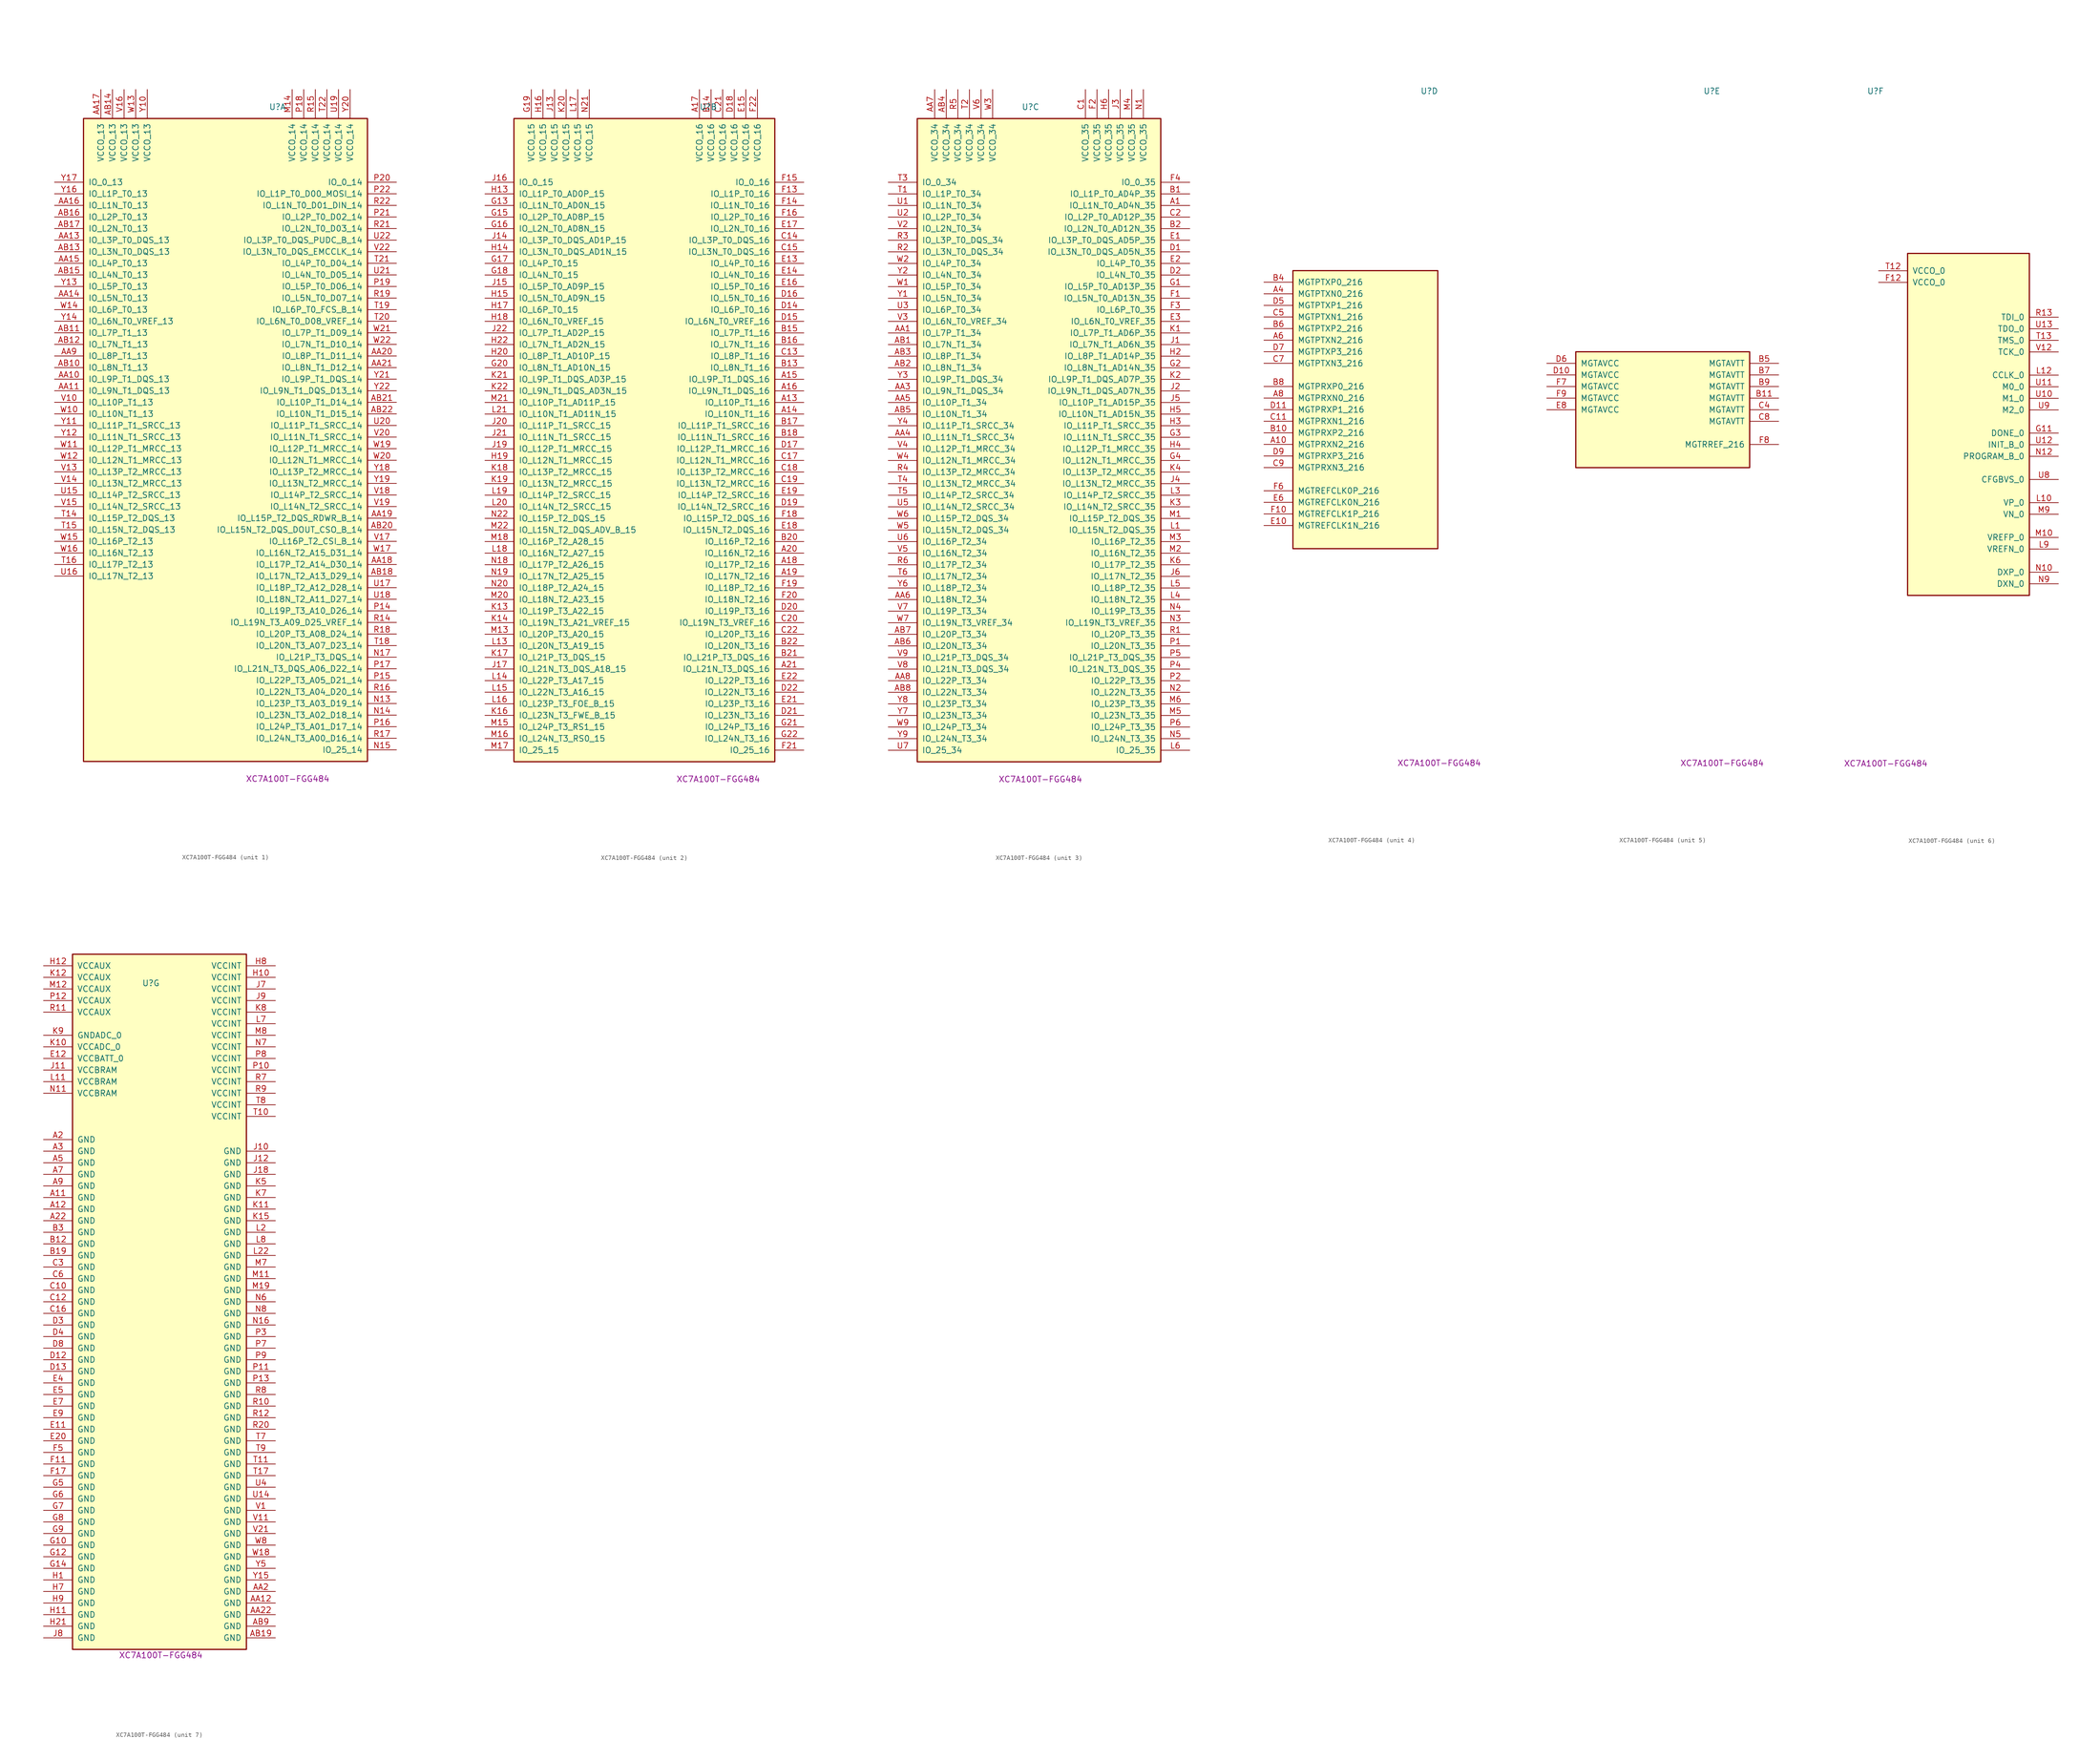
<source format=kicad_sym>
(kicad_symbol_lib
  (version 20211014)
  (generator kicad_symbol_editor)
  (symbol "XC7A100T-FGG484"
    (pin_names
      (offset 1.016))
    (property "Reference" "U"
      (at -3.81 69.85 0)
      (effects (font (size 1.27 1.27)) (justify left)))
    (property "Displayed Value" "XC7A100T-FGG484"
      (at -8.89 -77.47 0)
      (effects (font (size 1.27 1.27)) (justify left)))
    (property "ki_locked" ""
      (at 0 0 0)
      (effects (font (size 1.27 1.27))))
    (symbol "XC7A100T-FGG484_1_1"
      (rectangle (start -44.45 67.31) (end 17.78 -73.66) (stroke (width 0.254) (type default) (color 0 0 0 0)) (fill (type background)))
      (pin bidirectional line (at -50.8 10.16 0) (length 6.35) (name "IO_L9P_T1_DQS_13" (effects (font (size 1.27 1.27)))) (number "AA10" (effects (font (size 1.27 1.27)))))
      (pin bidirectional line (at -50.8 7.62 0) (length 6.35) (name "IO_L9N_T1_DQS_13" (effects (font (size 1.27 1.27)))) (number "AA11" (effects (font (size 1.27 1.27)))))
      (pin bidirectional line (at -50.8 40.64 0) (length 6.35) (name "IO_L3P_T0_DQS_13" (effects (font (size 1.27 1.27)))) (number "AA13" (effects (font (size 1.27 1.27)))))
      (pin bidirectional line (at -50.8 27.94 0) (length 6.35) (name "IO_L5N_T0_13" (effects (font (size 1.27 1.27)))) (number "AA14" (effects (font (size 1.27 1.27)))))
      (pin bidirectional line (at -50.8 35.56 0) (length 6.35) (name "IO_L4P_T0_13" (effects (font (size 1.27 1.27)))) (number "AA15" (effects (font (size 1.27 1.27)))))
      (pin bidirectional line (at -50.8 48.26 0) (length 6.35) (name "IO_L1N_T0_13" (effects (font (size 1.27 1.27)))) (number "AA16" (effects (font (size 1.27 1.27)))))
      (pin power_in line (at -40.64 73.66 270) (length 6.35) (name "VCCO_13" (effects (font (size 1.27 1.27)))) (number "AA17" (effects (font (size 1.27 1.27)))))
      (pin bidirectional line (at 24.13 -30.48 180) (length 6.35) (name "IO_L17P_T2_A14_D30_14" (effects (font (size 1.27 1.27)))) (number "AA18" (effects (font (size 1.27 1.27)))))
      (pin bidirectional line (at 24.13 -20.32 180) (length 6.35) (name "IO_L15P_T2_DQS_RDWR_B_14" (effects (font (size 1.27 1.27)))) (number "AA19" (effects (font (size 1.27 1.27)))))
      (pin bidirectional line (at 24.13 15.24 180) (length 6.35) (name "IO_L8P_T1_D11_14" (effects (font (size 1.27 1.27)))) (number "AA20" (effects (font (size 1.27 1.27)))))
      (pin bidirectional line (at 24.13 12.7 180) (length 6.35) (name "IO_L8N_T1_D12_14" (effects (font (size 1.27 1.27)))) (number "AA21" (effects (font (size 1.27 1.27)))))
      (pin bidirectional line (at -50.8 15.24 0) (length 6.35) (name "IO_L8P_T1_13" (effects (font (size 1.27 1.27)))) (number "AA9" (effects (font (size 1.27 1.27)))))
      (pin bidirectional line (at -50.8 12.7 0) (length 6.35) (name "IO_L8N_T1_13" (effects (font (size 1.27 1.27)))) (number "AB10" (effects (font (size 1.27 1.27)))))
      (pin bidirectional line (at -50.8 20.32 0) (length 6.35) (name "IO_L7P_T1_13" (effects (font (size 1.27 1.27)))) (number "AB11" (effects (font (size 1.27 1.27)))))
      (pin bidirectional line (at -50.8 17.78 0) (length 6.35) (name "IO_L7N_T1_13" (effects (font (size 1.27 1.27)))) (number "AB12" (effects (font (size 1.27 1.27)))))
      (pin bidirectional line (at -50.8 38.1 0) (length 6.35) (name "IO_L3N_T0_DQS_13" (effects (font (size 1.27 1.27)))) (number "AB13" (effects (font (size 1.27 1.27)))))
      (pin power_in line (at -38.1 73.66 270) (length 6.35) (name "VCCO_13" (effects (font (size 1.27 1.27)))) (number "AB14" (effects (font (size 1.27 1.27)))))
      (pin bidirectional line (at -50.8 33.02 0) (length 6.35) (name "IO_L4N_T0_13" (effects (font (size 1.27 1.27)))) (number "AB15" (effects (font (size 1.27 1.27)))))
      (pin bidirectional line (at -50.8 45.72 0) (length 6.35) (name "IO_L2P_T0_13" (effects (font (size 1.27 1.27)))) (number "AB16" (effects (font (size 1.27 1.27)))))
      (pin bidirectional line (at -50.8 43.18 0) (length 6.35) (name "IO_L2N_T0_13" (effects (font (size 1.27 1.27)))) (number "AB17" (effects (font (size 1.27 1.27)))))
      (pin bidirectional line (at 24.13 -33.02 180) (length 6.35) (name "IO_L17N_T2_A13_D29_14" (effects (font (size 1.27 1.27)))) (number "AB18" (effects (font (size 1.27 1.27)))))
      (pin bidirectional line (at 24.13 -22.86 180) (length 6.35) (name "IO_L15N_T2_DQS_DOUT_CSO_B_14" (effects (font (size 1.27 1.27)))) (number "AB20" (effects (font (size 1.27 1.27)))))
      (pin bidirectional line (at 24.13 5.08 180) (length 6.35) (name "IO_L10P_T1_D14_14" (effects (font (size 1.27 1.27)))) (number "AB21" (effects (font (size 1.27 1.27)))))
      (pin bidirectional line (at 24.13 2.54 180) (length 6.35) (name "IO_L10N_T1_D15_14" (effects (font (size 1.27 1.27)))) (number "AB22" (effects (font (size 1.27 1.27)))))
      (pin power_in line (at 1.27 73.66 270) (length 6.35) (name "VCCO_14" (effects (font (size 1.27 1.27)))) (number "M14" (effects (font (size 1.27 1.27)))))
      (pin bidirectional line (at 24.13 -60.96 180) (length 6.35) (name "IO_L23P_T3_A03_D19_14" (effects (font (size 1.27 1.27)))) (number "N13" (effects (font (size 1.27 1.27)))))
      (pin bidirectional line (at 24.13 -63.5 180) (length 6.35) (name "IO_L23N_T3_A02_D18_14" (effects (font (size 1.27 1.27)))) (number "N14" (effects (font (size 1.27 1.27)))))
      (pin bidirectional line (at 24.13 -71.12 180) (length 6.35) (name "IO_25_14" (effects (font (size 1.27 1.27)))) (number "N15" (effects (font (size 1.27 1.27)))))
      (pin bidirectional line (at 24.13 -50.8 180) (length 6.35) (name "IO_L21P_T3_DQS_14" (effects (font (size 1.27 1.27)))) (number "N17" (effects (font (size 1.27 1.27)))))
      (pin bidirectional line (at 24.13 -40.64 180) (length 6.35) (name "IO_L19P_T3_A10_D26_14" (effects (font (size 1.27 1.27)))) (number "P14" (effects (font (size 1.27 1.27)))))
      (pin bidirectional line (at 24.13 -55.88 180) (length 6.35) (name "IO_L22P_T3_A05_D21_14" (effects (font (size 1.27 1.27)))) (number "P15" (effects (font (size 1.27 1.27)))))
      (pin bidirectional line (at 24.13 -66.04 180) (length 6.35) (name "IO_L24P_T3_A01_D17_14" (effects (font (size 1.27 1.27)))) (number "P16" (effects (font (size 1.27 1.27)))))
      (pin bidirectional line (at 24.13 -53.34 180) (length 6.35) (name "IO_L21N_T3_DQS_A06_D22_14" (effects (font (size 1.27 1.27)))) (number "P17" (effects (font (size 1.27 1.27)))))
      (pin power_in line (at 3.81 73.66 270) (length 6.35) (name "VCCO_14" (effects (font (size 1.27 1.27)))) (number "P18" (effects (font (size 1.27 1.27)))))
      (pin bidirectional line (at 24.13 30.48 180) (length 6.35) (name "IO_L5P_T0_D06_14" (effects (font (size 1.27 1.27)))) (number "P19" (effects (font (size 1.27 1.27)))))
      (pin bidirectional line (at 24.13 53.34 180) (length 6.35) (name "IO_0_14" (effects (font (size 1.27 1.27)))) (number "P20" (effects (font (size 1.27 1.27)))))
      (pin bidirectional line (at 24.13 45.72 180) (length 6.35) (name "IO_L2P_T0_D02_14" (effects (font (size 1.27 1.27)))) (number "P21" (effects (font (size 1.27 1.27)))))
      (pin bidirectional line (at 24.13 50.8 180) (length 6.35) (name "IO_L1P_T0_D00_MOSI_14" (effects (font (size 1.27 1.27)))) (number "P22" (effects (font (size 1.27 1.27)))))
      (pin bidirectional line (at 24.13 -43.18 180) (length 6.35) (name "IO_L19N_T3_A09_D25_VREF_14" (effects (font (size 1.27 1.27)))) (number "R14" (effects (font (size 1.27 1.27)))))
      (pin power_in line (at 6.35 73.66 270) (length 6.35) (name "VCCO_14" (effects (font (size 1.27 1.27)))) (number "R15" (effects (font (size 1.27 1.27)))))
      (pin bidirectional line (at 24.13 -58.42 180) (length 6.35) (name "IO_L22N_T3_A04_D20_14" (effects (font (size 1.27 1.27)))) (number "R16" (effects (font (size 1.27 1.27)))))
      (pin bidirectional line (at 24.13 -68.58 180) (length 6.35) (name "IO_L24N_T3_A00_D16_14" (effects (font (size 1.27 1.27)))) (number "R17" (effects (font (size 1.27 1.27)))))
      (pin bidirectional line (at 24.13 -45.72 180) (length 6.35) (name "IO_L20P_T3_A08_D24_14" (effects (font (size 1.27 1.27)))) (number "R18" (effects (font (size 1.27 1.27)))))
      (pin bidirectional line (at 24.13 27.94 180) (length 6.35) (name "IO_L5N_T0_D07_14" (effects (font (size 1.27 1.27)))) (number "R19" (effects (font (size 1.27 1.27)))))
      (pin bidirectional line (at 24.13 43.18 180) (length 6.35) (name "IO_L2N_T0_D03_14" (effects (font (size 1.27 1.27)))) (number "R21" (effects (font (size 1.27 1.27)))))
      (pin bidirectional line (at 24.13 48.26 180) (length 6.35) (name "IO_L1N_T0_D01_DIN_14" (effects (font (size 1.27 1.27)))) (number "R22" (effects (font (size 1.27 1.27)))))
      (pin bidirectional line (at -50.8 -20.32 0) (length 6.35) (name "IO_L15P_T2_DQS_13" (effects (font (size 1.27 1.27)))) (number "T14" (effects (font (size 1.27 1.27)))))
      (pin bidirectional line (at -50.8 -22.86 0) (length 6.35) (name "IO_L15N_T2_DQS_13" (effects (font (size 1.27 1.27)))) (number "T15" (effects (font (size 1.27 1.27)))))
      (pin bidirectional line (at -50.8 -30.48 0) (length 6.35) (name "IO_L17P_T2_13" (effects (font (size 1.27 1.27)))) (number "T16" (effects (font (size 1.27 1.27)))))
      (pin bidirectional line (at 24.13 -48.26 180) (length 6.35) (name "IO_L20N_T3_A07_D23_14" (effects (font (size 1.27 1.27)))) (number "T18" (effects (font (size 1.27 1.27)))))
      (pin bidirectional line (at 24.13 25.4 180) (length 6.35) (name "IO_L6P_T0_FCS_B_14" (effects (font (size 1.27 1.27)))) (number "T19" (effects (font (size 1.27 1.27)))))
      (pin bidirectional line (at 24.13 22.86 180) (length 6.35) (name "IO_L6N_T0_D08_VREF_14" (effects (font (size 1.27 1.27)))) (number "T20" (effects (font (size 1.27 1.27)))))
      (pin bidirectional line (at 24.13 35.56 180) (length 6.35) (name "IO_L4P_T0_D04_14" (effects (font (size 1.27 1.27)))) (number "T21" (effects (font (size 1.27 1.27)))))
      (pin power_in line (at 8.89 73.66 270) (length 6.35) (name "VCCO_14" (effects (font (size 1.27 1.27)))) (number "T22" (effects (font (size 1.27 1.27)))))
      (pin bidirectional line (at -50.8 -15.24 0) (length 6.35) (name "IO_L14P_T2_SRCC_13" (effects (font (size 1.27 1.27)))) (number "U15" (effects (font (size 1.27 1.27)))))
      (pin bidirectional line (at -50.8 -33.02 0) (length 6.35) (name "IO_L17N_T2_13" (effects (font (size 1.27 1.27)))) (number "U16" (effects (font (size 1.27 1.27)))))
      (pin bidirectional line (at 24.13 -35.56 180) (length 6.35) (name "IO_L18P_T2_A12_D28_14" (effects (font (size 1.27 1.27)))) (number "U17" (effects (font (size 1.27 1.27)))))
      (pin bidirectional line (at 24.13 -38.1 180) (length 6.35) (name "IO_L18N_T2_A11_D27_14" (effects (font (size 1.27 1.27)))) (number "U18" (effects (font (size 1.27 1.27)))))
      (pin power_in line (at 11.43 73.66 270) (length 6.35) (name "VCCO_14" (effects (font (size 1.27 1.27)))) (number "U19" (effects (font (size 1.27 1.27)))))
      (pin bidirectional line (at 24.13 0 180) (length 6.35) (name "IO_L11P_T1_SRCC_14" (effects (font (size 1.27 1.27)))) (number "U20" (effects (font (size 1.27 1.27)))))
      (pin bidirectional line (at 24.13 33.02 180) (length 6.35) (name "IO_L4N_T0_D05_14" (effects (font (size 1.27 1.27)))) (number "U21" (effects (font (size 1.27 1.27)))))
      (pin bidirectional line (at 24.13 40.64 180) (length 6.35) (name "IO_L3P_T0_DQS_PUDC_B_14" (effects (font (size 1.27 1.27)))) (number "U22" (effects (font (size 1.27 1.27)))))
      (pin bidirectional line (at -50.8 5.08 0) (length 6.35) (name "IO_L10P_T1_13" (effects (font (size 1.27 1.27)))) (number "V10" (effects (font (size 1.27 1.27)))))
      (pin bidirectional line (at -50.8 -10.16 0) (length 6.35) (name "IO_L13P_T2_MRCC_13" (effects (font (size 1.27 1.27)))) (number "V13" (effects (font (size 1.27 1.27)))))
      (pin bidirectional line (at -50.8 -12.7 0) (length 6.35) (name "IO_L13N_T2_MRCC_13" (effects (font (size 1.27 1.27)))) (number "V14" (effects (font (size 1.27 1.27)))))
      (pin bidirectional line (at -50.8 -17.78 0) (length 6.35) (name "IO_L14N_T2_SRCC_13" (effects (font (size 1.27 1.27)))) (number "V15" (effects (font (size 1.27 1.27)))))
      (pin power_in line (at -35.56 73.66 270) (length 6.35) (name "VCCO_13" (effects (font (size 1.27 1.27)))) (number "V16" (effects (font (size 1.27 1.27)))))
      (pin bidirectional line (at 24.13 -25.4 180) (length 6.35) (name "IO_L16P_T2_CSI_B_14" (effects (font (size 1.27 1.27)))) (number "V17" (effects (font (size 1.27 1.27)))))
      (pin bidirectional line (at 24.13 -15.24 180) (length 6.35) (name "IO_L14P_T2_SRCC_14" (effects (font (size 1.27 1.27)))) (number "V18" (effects (font (size 1.27 1.27)))))
      (pin bidirectional line (at 24.13 -17.78 180) (length 6.35) (name "IO_L14N_T2_SRCC_14" (effects (font (size 1.27 1.27)))) (number "V19" (effects (font (size 1.27 1.27)))))
      (pin bidirectional line (at 24.13 -2.54 180) (length 6.35) (name "IO_L11N_T1_SRCC_14" (effects (font (size 1.27 1.27)))) (number "V20" (effects (font (size 1.27 1.27)))))
      (pin bidirectional line (at 24.13 38.1 180) (length 6.35) (name "IO_L3N_T0_DQS_EMCCLK_14" (effects (font (size 1.27 1.27)))) (number "V22" (effects (font (size 1.27 1.27)))))
      (pin bidirectional line (at -50.8 2.54 0) (length 6.35) (name "IO_L10N_T1_13" (effects (font (size 1.27 1.27)))) (number "W10" (effects (font (size 1.27 1.27)))))
      (pin bidirectional line (at -50.8 -5.08 0) (length 6.35) (name "IO_L12P_T1_MRCC_13" (effects (font (size 1.27 1.27)))) (number "W11" (effects (font (size 1.27 1.27)))))
      (pin bidirectional line (at -50.8 -7.62 0) (length 6.35) (name "IO_L12N_T1_MRCC_13" (effects (font (size 1.27 1.27)))) (number "W12" (effects (font (size 1.27 1.27)))))
      (pin power_in line (at -33.02 73.66 270) (length 6.35) (name "VCCO_13" (effects (font (size 1.27 1.27)))) (number "W13" (effects (font (size 1.27 1.27)))))
      (pin bidirectional line (at -50.8 25.4 0) (length 6.35) (name "IO_L6P_T0_13" (effects (font (size 1.27 1.27)))) (number "W14" (effects (font (size 1.27 1.27)))))
      (pin bidirectional line (at -50.8 -25.4 0) (length 6.35) (name "IO_L16P_T2_13" (effects (font (size 1.27 1.27)))) (number "W15" (effects (font (size 1.27 1.27)))))
      (pin bidirectional line (at -50.8 -27.94 0) (length 6.35) (name "IO_L16N_T2_13" (effects (font (size 1.27 1.27)))) (number "W16" (effects (font (size 1.27 1.27)))))
      (pin bidirectional line (at 24.13 -27.94 180) (length 6.35) (name "IO_L16N_T2_A15_D31_14" (effects (font (size 1.27 1.27)))) (number "W17" (effects (font (size 1.27 1.27)))))
      (pin bidirectional line (at 24.13 -5.08 180) (length 6.35) (name "IO_L12P_T1_MRCC_14" (effects (font (size 1.27 1.27)))) (number "W19" (effects (font (size 1.27 1.27)))))
      (pin bidirectional line (at 24.13 -7.62 180) (length 6.35) (name "IO_L12N_T1_MRCC_14" (effects (font (size 1.27 1.27)))) (number "W20" (effects (font (size 1.27 1.27)))))
      (pin bidirectional line (at 24.13 20.32 180) (length 6.35) (name "IO_L7P_T1_D09_14" (effects (font (size 1.27 1.27)))) (number "W21" (effects (font (size 1.27 1.27)))))
      (pin bidirectional line (at 24.13 17.78 180) (length 6.35) (name "IO_L7N_T1_D10_14" (effects (font (size 1.27 1.27)))) (number "W22" (effects (font (size 1.27 1.27)))))
      (pin power_in line (at -30.48 73.66 270) (length 6.35) (name "VCCO_13" (effects (font (size 1.27 1.27)))) (number "Y10" (effects (font (size 1.27 1.27)))))
      (pin bidirectional line (at -50.8 0 0) (length 6.35) (name "IO_L11P_T1_SRCC_13" (effects (font (size 1.27 1.27)))) (number "Y11" (effects (font (size 1.27 1.27)))))
      (pin bidirectional line (at -50.8 -2.54 0) (length 6.35) (name "IO_L11N_T1_SRCC_13" (effects (font (size 1.27 1.27)))) (number "Y12" (effects (font (size 1.27 1.27)))))
      (pin bidirectional line (at -50.8 30.48 0) (length 6.35) (name "IO_L5P_T0_13" (effects (font (size 1.27 1.27)))) (number "Y13" (effects (font (size 1.27 1.27)))))
      (pin bidirectional line (at -50.8 22.86 0) (length 6.35) (name "IO_L6N_T0_VREF_13" (effects (font (size 1.27 1.27)))) (number "Y14" (effects (font (size 1.27 1.27)))))
      (pin bidirectional line (at -50.8 50.8 0) (length 6.35) (name "IO_L1P_T0_13" (effects (font (size 1.27 1.27)))) (number "Y16" (effects (font (size 1.27 1.27)))))
      (pin bidirectional line (at -50.8 53.34 0) (length 6.35) (name "IO_0_13" (effects (font (size 1.27 1.27)))) (number "Y17" (effects (font (size 1.27 1.27)))))
      (pin bidirectional line (at 24.13 -10.16 180) (length 6.35) (name "IO_L13P_T2_MRCC_14" (effects (font (size 1.27 1.27)))) (number "Y18" (effects (font (size 1.27 1.27)))))
      (pin bidirectional line (at 24.13 -12.7 180) (length 6.35) (name "IO_L13N_T2_MRCC_14" (effects (font (size 1.27 1.27)))) (number "Y19" (effects (font (size 1.27 1.27)))))
      (pin power_in line (at 13.97 73.66 270) (length 6.35) (name "VCCO_14" (effects (font (size 1.27 1.27)))) (number "Y20" (effects (font (size 1.27 1.27)))))
      (pin bidirectional line (at 24.13 10.16 180) (length 6.35) (name "IO_L9P_T1_DQS_14" (effects (font (size 1.27 1.27)))) (number "Y21" (effects (font (size 1.27 1.27)))))
      (pin bidirectional line (at 24.13 7.62 180) (length 6.35) (name "IO_L9N_T1_DQS_D13_14" (effects (font (size 1.27 1.27)))) (number "Y22" (effects (font (size 1.27 1.27))))))
    (symbol "XC7A100T-FGG484_2_1"
      (rectangle (start -44.45 67.31) (end 12.7 -73.66) (stroke (width 0.254) (type default) (color 0 0 0 0)) (fill (type background)))
      (pin bidirectional line (at 19.05 5.08 180) (length 6.35) (name "IO_L10P_T1_16" (effects (font (size 1.27 1.27)))) (number "A13" (effects (font (size 1.27 1.27)))))
      (pin bidirectional line (at 19.05 2.54 180) (length 6.35) (name "IO_L10N_T1_16" (effects (font (size 1.27 1.27)))) (number "A14" (effects (font (size 1.27 1.27)))))
      (pin bidirectional line (at 19.05 10.16 180) (length 6.35) (name "IO_L9P_T1_DQS_16" (effects (font (size 1.27 1.27)))) (number "A15" (effects (font (size 1.27 1.27)))))
      (pin bidirectional line (at 19.05 7.62 180) (length 6.35) (name "IO_L9N_T1_DQS_16" (effects (font (size 1.27 1.27)))) (number "A16" (effects (font (size 1.27 1.27)))))
      (pin power_in line (at -3.81 73.66 270) (length 6.35) (name "VCCO_16" (effects (font (size 1.27 1.27)))) (number "A17" (effects (font (size 1.27 1.27)))))
      (pin bidirectional line (at 19.05 -30.48 180) (length 6.35) (name "IO_L17P_T2_16" (effects (font (size 1.27 1.27)))) (number "A18" (effects (font (size 1.27 1.27)))))
      (pin bidirectional line (at 19.05 -33.02 180) (length 6.35) (name "IO_L17N_T2_16" (effects (font (size 1.27 1.27)))) (number "A19" (effects (font (size 1.27 1.27)))))
      (pin bidirectional line (at 19.05 -27.94 180) (length 6.35) (name "IO_L16N_T2_16" (effects (font (size 1.27 1.27)))) (number "A20" (effects (font (size 1.27 1.27)))))
      (pin bidirectional line (at 19.05 -53.34 180) (length 6.35) (name "IO_L21N_T3_DQS_16" (effects (font (size 1.27 1.27)))) (number "A21" (effects (font (size 1.27 1.27)))))
      (pin bidirectional line (at 19.05 12.7 180) (length 6.35) (name "IO_L8N_T1_16" (effects (font (size 1.27 1.27)))) (number "B13" (effects (font (size 1.27 1.27)))))
      (pin power_in line (at -1.27 73.66 270) (length 6.35) (name "VCCO_16" (effects (font (size 1.27 1.27)))) (number "B14" (effects (font (size 1.27 1.27)))))
      (pin bidirectional line (at 19.05 20.32 180) (length 6.35) (name "IO_L7P_T1_16" (effects (font (size 1.27 1.27)))) (number "B15" (effects (font (size 1.27 1.27)))))
      (pin bidirectional line (at 19.05 17.78 180) (length 6.35) (name "IO_L7N_T1_16" (effects (font (size 1.27 1.27)))) (number "B16" (effects (font (size 1.27 1.27)))))
      (pin bidirectional line (at 19.05 0 180) (length 6.35) (name "IO_L11P_T1_SRCC_16" (effects (font (size 1.27 1.27)))) (number "B17" (effects (font (size 1.27 1.27)))))
      (pin bidirectional line (at 19.05 -2.54 180) (length 6.35) (name "IO_L11N_T1_SRCC_16" (effects (font (size 1.27 1.27)))) (number "B18" (effects (font (size 1.27 1.27)))))
      (pin bidirectional line (at 19.05 -25.4 180) (length 6.35) (name "IO_L16P_T2_16" (effects (font (size 1.27 1.27)))) (number "B20" (effects (font (size 1.27 1.27)))))
      (pin bidirectional line (at 19.05 -50.8 180) (length 6.35) (name "IO_L21P_T3_DQS_16" (effects (font (size 1.27 1.27)))) (number "B21" (effects (font (size 1.27 1.27)))))
      (pin bidirectional line (at 19.05 -48.26 180) (length 6.35) (name "IO_L20N_T3_16" (effects (font (size 1.27 1.27)))) (number "B22" (effects (font (size 1.27 1.27)))))
      (pin bidirectional line (at 19.05 15.24 180) (length 6.35) (name "IO_L8P_T1_16" (effects (font (size 1.27 1.27)))) (number "C13" (effects (font (size 1.27 1.27)))))
      (pin bidirectional line (at 19.05 40.64 180) (length 6.35) (name "IO_L3P_T0_DQS_16" (effects (font (size 1.27 1.27)))) (number "C14" (effects (font (size 1.27 1.27)))))
      (pin bidirectional line (at 19.05 38.1 180) (length 6.35) (name "IO_L3N_T0_DQS_16" (effects (font (size 1.27 1.27)))) (number "C15" (effects (font (size 1.27 1.27)))))
      (pin bidirectional line (at 19.05 -7.62 180) (length 6.35) (name "IO_L12N_T1_MRCC_16" (effects (font (size 1.27 1.27)))) (number "C17" (effects (font (size 1.27 1.27)))))
      (pin bidirectional line (at 19.05 -10.16 180) (length 6.35) (name "IO_L13P_T2_MRCC_16" (effects (font (size 1.27 1.27)))) (number "C18" (effects (font (size 1.27 1.27)))))
      (pin bidirectional line (at 19.05 -12.7 180) (length 6.35) (name "IO_L13N_T2_MRCC_16" (effects (font (size 1.27 1.27)))) (number "C19" (effects (font (size 1.27 1.27)))))
      (pin bidirectional line (at 19.05 -43.18 180) (length 6.35) (name "IO_L19N_T3_VREF_16" (effects (font (size 1.27 1.27)))) (number "C20" (effects (font (size 1.27 1.27)))))
      (pin power_in line (at 1.27 73.66 270) (length 6.35) (name "VCCO_16" (effects (font (size 1.27 1.27)))) (number "C21" (effects (font (size 1.27 1.27)))))
      (pin bidirectional line (at 19.05 -45.72 180) (length 6.35) (name "IO_L20P_T3_16" (effects (font (size 1.27 1.27)))) (number "C22" (effects (font (size 1.27 1.27)))))
      (pin bidirectional line (at 19.05 25.4 180) (length 6.35) (name "IO_L6P_T0_16" (effects (font (size 1.27 1.27)))) (number "D14" (effects (font (size 1.27 1.27)))))
      (pin bidirectional line (at 19.05 22.86 180) (length 6.35) (name "IO_L6N_T0_VREF_16" (effects (font (size 1.27 1.27)))) (number "D15" (effects (font (size 1.27 1.27)))))
      (pin bidirectional line (at 19.05 27.94 180) (length 6.35) (name "IO_L5N_T0_16" (effects (font (size 1.27 1.27)))) (number "D16" (effects (font (size 1.27 1.27)))))
      (pin bidirectional line (at 19.05 -5.08 180) (length 6.35) (name "IO_L12P_T1_MRCC_16" (effects (font (size 1.27 1.27)))) (number "D17" (effects (font (size 1.27 1.27)))))
      (pin power_in line (at 3.81 73.66 270) (length 6.35) (name "VCCO_16" (effects (font (size 1.27 1.27)))) (number "D18" (effects (font (size 1.27 1.27)))))
      (pin bidirectional line (at 19.05 -17.78 180) (length 6.35) (name "IO_L14N_T2_SRCC_16" (effects (font (size 1.27 1.27)))) (number "D19" (effects (font (size 1.27 1.27)))))
      (pin bidirectional line (at 19.05 -40.64 180) (length 6.35) (name "IO_L19P_T3_16" (effects (font (size 1.27 1.27)))) (number "D20" (effects (font (size 1.27 1.27)))))
      (pin bidirectional line (at 19.05 -63.5 180) (length 6.35) (name "IO_L23N_T3_16" (effects (font (size 1.27 1.27)))) (number "D21" (effects (font (size 1.27 1.27)))))
      (pin bidirectional line (at 19.05 -58.42 180) (length 6.35) (name "IO_L22N_T3_16" (effects (font (size 1.27 1.27)))) (number "D22" (effects (font (size 1.27 1.27)))))
      (pin bidirectional line (at 19.05 35.56 180) (length 6.35) (name "IO_L4P_T0_16" (effects (font (size 1.27 1.27)))) (number "E13" (effects (font (size 1.27 1.27)))))
      (pin bidirectional line (at 19.05 33.02 180) (length 6.35) (name "IO_L4N_T0_16" (effects (font (size 1.27 1.27)))) (number "E14" (effects (font (size 1.27 1.27)))))
      (pin power_in line (at 6.35 73.66 270) (length 6.35) (name "VCCO_16" (effects (font (size 1.27 1.27)))) (number "E15" (effects (font (size 1.27 1.27)))))
      (pin bidirectional line (at 19.05 30.48 180) (length 6.35) (name "IO_L5P_T0_16" (effects (font (size 1.27 1.27)))) (number "E16" (effects (font (size 1.27 1.27)))))
      (pin bidirectional line (at 19.05 43.18 180) (length 6.35) (name "IO_L2N_T0_16" (effects (font (size 1.27 1.27)))) (number "E17" (effects (font (size 1.27 1.27)))))
      (pin bidirectional line (at 19.05 -22.86 180) (length 6.35) (name "IO_L15N_T2_DQS_16" (effects (font (size 1.27 1.27)))) (number "E18" (effects (font (size 1.27 1.27)))))
      (pin bidirectional line (at 19.05 -15.24 180) (length 6.35) (name "IO_L14P_T2_SRCC_16" (effects (font (size 1.27 1.27)))) (number "E19" (effects (font (size 1.27 1.27)))))
      (pin bidirectional line (at 19.05 -60.96 180) (length 6.35) (name "IO_L23P_T3_16" (effects (font (size 1.27 1.27)))) (number "E21" (effects (font (size 1.27 1.27)))))
      (pin bidirectional line (at 19.05 -55.88 180) (length 6.35) (name "IO_L22P_T3_16" (effects (font (size 1.27 1.27)))) (number "E22" (effects (font (size 1.27 1.27)))))
      (pin bidirectional line (at 19.05 50.8 180) (length 6.35) (name "IO_L1P_T0_16" (effects (font (size 1.27 1.27)))) (number "F13" (effects (font (size 1.27 1.27)))))
      (pin bidirectional line (at 19.05 48.26 180) (length 6.35) (name "IO_L1N_T0_16" (effects (font (size 1.27 1.27)))) (number "F14" (effects (font (size 1.27 1.27)))))
      (pin bidirectional line (at 19.05 53.34 180) (length 6.35) (name "IO_0_16" (effects (font (size 1.27 1.27)))) (number "F15" (effects (font (size 1.27 1.27)))))
      (pin bidirectional line (at 19.05 45.72 180) (length 6.35) (name "IO_L2P_T0_16" (effects (font (size 1.27 1.27)))) (number "F16" (effects (font (size 1.27 1.27)))))
      (pin bidirectional line (at 19.05 -20.32 180) (length 6.35) (name "IO_L15P_T2_DQS_16" (effects (font (size 1.27 1.27)))) (number "F18" (effects (font (size 1.27 1.27)))))
      (pin bidirectional line (at 19.05 -35.56 180) (length 6.35) (name "IO_L18P_T2_16" (effects (font (size 1.27 1.27)))) (number "F19" (effects (font (size 1.27 1.27)))))
      (pin bidirectional line (at 19.05 -38.1 180) (length 6.35) (name "IO_L18N_T2_16" (effects (font (size 1.27 1.27)))) (number "F20" (effects (font (size 1.27 1.27)))))
      (pin bidirectional line (at 19.05 -71.12 180) (length 6.35) (name "IO_25_16" (effects (font (size 1.27 1.27)))) (number "F21" (effects (font (size 1.27 1.27)))))
      (pin power_in line (at 8.89 73.66 270) (length 6.35) (name "VCCO_16" (effects (font (size 1.27 1.27)))) (number "F22" (effects (font (size 1.27 1.27)))))
      (pin bidirectional line (at -50.8 48.26 0) (length 6.35) (name "IO_L1N_T0_AD0N_15" (effects (font (size 1.27 1.27)))) (number "G13" (effects (font (size 1.27 1.27)))))
      (pin bidirectional line (at -50.8 45.72 0) (length 6.35) (name "IO_L2P_T0_AD8P_15" (effects (font (size 1.27 1.27)))) (number "G15" (effects (font (size 1.27 1.27)))))
      (pin bidirectional line (at -50.8 43.18 0) (length 6.35) (name "IO_L2N_T0_AD8N_15" (effects (font (size 1.27 1.27)))) (number "G16" (effects (font (size 1.27 1.27)))))
      (pin bidirectional line (at -50.8 35.56 0) (length 6.35) (name "IO_L4P_T0_15" (effects (font (size 1.27 1.27)))) (number "G17" (effects (font (size 1.27 1.27)))))
      (pin bidirectional line (at -50.8 33.02 0) (length 6.35) (name "IO_L4N_T0_15" (effects (font (size 1.27 1.27)))) (number "G18" (effects (font (size 1.27 1.27)))))
      (pin power_in line (at -40.64 73.66 270) (length 6.35) (name "VCCO_15" (effects (font (size 1.27 1.27)))) (number "G19" (effects (font (size 1.27 1.27)))))
      (pin bidirectional line (at -50.8 12.7 0) (length 6.35) (name "IO_L8N_T1_AD10N_15" (effects (font (size 1.27 1.27)))) (number "G20" (effects (font (size 1.27 1.27)))))
      (pin bidirectional line (at 19.05 -66.04 180) (length 6.35) (name "IO_L24P_T3_16" (effects (font (size 1.27 1.27)))) (number "G21" (effects (font (size 1.27 1.27)))))
      (pin bidirectional line (at 19.05 -68.58 180) (length 6.35) (name "IO_L24N_T3_16" (effects (font (size 1.27 1.27)))) (number "G22" (effects (font (size 1.27 1.27)))))
      (pin bidirectional line (at -50.8 50.8 0) (length 6.35) (name "IO_L1P_T0_AD0P_15" (effects (font (size 1.27 1.27)))) (number "H13" (effects (font (size 1.27 1.27)))))
      (pin bidirectional line (at -50.8 38.1 0) (length 6.35) (name "IO_L3N_T0_DQS_AD1N_15" (effects (font (size 1.27 1.27)))) (number "H14" (effects (font (size 1.27 1.27)))))
      (pin bidirectional line (at -50.8 27.94 0) (length 6.35) (name "IO_L5N_T0_AD9N_15" (effects (font (size 1.27 1.27)))) (number "H15" (effects (font (size 1.27 1.27)))))
      (pin power_in line (at -38.1 73.66 270) (length 6.35) (name "VCCO_15" (effects (font (size 1.27 1.27)))) (number "H16" (effects (font (size 1.27 1.27)))))
      (pin bidirectional line (at -50.8 25.4 0) (length 6.35) (name "IO_L6P_T0_15" (effects (font (size 1.27 1.27)))) (number "H17" (effects (font (size 1.27 1.27)))))
      (pin bidirectional line (at -50.8 22.86 0) (length 6.35) (name "IO_L6N_T0_VREF_15" (effects (font (size 1.27 1.27)))) (number "H18" (effects (font (size 1.27 1.27)))))
      (pin bidirectional line (at -50.8 -7.62 0) (length 6.35) (name "IO_L12N_T1_MRCC_15" (effects (font (size 1.27 1.27)))) (number "H19" (effects (font (size 1.27 1.27)))))
      (pin bidirectional line (at -50.8 15.24 0) (length 6.35) (name "IO_L8P_T1_AD10P_15" (effects (font (size 1.27 1.27)))) (number "H20" (effects (font (size 1.27 1.27)))))
      (pin bidirectional line (at -50.8 17.78 0) (length 6.35) (name "IO_L7N_T1_AD2N_15" (effects (font (size 1.27 1.27)))) (number "H22" (effects (font (size 1.27 1.27)))))
      (pin power_in line (at -35.56 73.66 270) (length 6.35) (name "VCCO_15" (effects (font (size 1.27 1.27)))) (number "J13" (effects (font (size 1.27 1.27)))))
      (pin bidirectional line (at -50.8 40.64 0) (length 6.35) (name "IO_L3P_T0_DQS_AD1P_15" (effects (font (size 1.27 1.27)))) (number "J14" (effects (font (size 1.27 1.27)))))
      (pin bidirectional line (at -50.8 30.48 0) (length 6.35) (name "IO_L5P_T0_AD9P_15" (effects (font (size 1.27 1.27)))) (number "J15" (effects (font (size 1.27 1.27)))))
      (pin bidirectional line (at -50.8 53.34 0) (length 6.35) (name "IO_0_15" (effects (font (size 1.27 1.27)))) (number "J16" (effects (font (size 1.27 1.27)))))
      (pin bidirectional line (at -50.8 -53.34 0) (length 6.35) (name "IO_L21N_T3_DQS_A18_15" (effects (font (size 1.27 1.27)))) (number "J17" (effects (font (size 1.27 1.27)))))
      (pin bidirectional line (at -50.8 -5.08 0) (length 6.35) (name "IO_L12P_T1_MRCC_15" (effects (font (size 1.27 1.27)))) (number "J19" (effects (font (size 1.27 1.27)))))
      (pin bidirectional line (at -50.8 0 0) (length 6.35) (name "IO_L11P_T1_SRCC_15" (effects (font (size 1.27 1.27)))) (number "J20" (effects (font (size 1.27 1.27)))))
      (pin bidirectional line (at -50.8 -2.54 0) (length 6.35) (name "IO_L11N_T1_SRCC_15" (effects (font (size 1.27 1.27)))) (number "J21" (effects (font (size 1.27 1.27)))))
      (pin bidirectional line (at -50.8 20.32 0) (length 6.35) (name "IO_L7P_T1_AD2P_15" (effects (font (size 1.27 1.27)))) (number "J22" (effects (font (size 1.27 1.27)))))
      (pin bidirectional line (at -50.8 -40.64 0) (length 6.35) (name "IO_L19P_T3_A22_15" (effects (font (size 1.27 1.27)))) (number "K13" (effects (font (size 1.27 1.27)))))
      (pin bidirectional line (at -50.8 -43.18 0) (length 6.35) (name "IO_L19N_T3_A21_VREF_15" (effects (font (size 1.27 1.27)))) (number "K14" (effects (font (size 1.27 1.27)))))
      (pin bidirectional line (at -50.8 -63.5 0) (length 6.35) (name "IO_L23N_T3_FWE_B_15" (effects (font (size 1.27 1.27)))) (number "K16" (effects (font (size 1.27 1.27)))))
      (pin bidirectional line (at -50.8 -50.8 0) (length 6.35) (name "IO_L21P_T3_DQS_15" (effects (font (size 1.27 1.27)))) (number "K17" (effects (font (size 1.27 1.27)))))
      (pin bidirectional line (at -50.8 -10.16 0) (length 6.35) (name "IO_L13P_T2_MRCC_15" (effects (font (size 1.27 1.27)))) (number "K18" (effects (font (size 1.27 1.27)))))
      (pin bidirectional line (at -50.8 -12.7 0) (length 6.35) (name "IO_L13N_T2_MRCC_15" (effects (font (size 1.27 1.27)))) (number "K19" (effects (font (size 1.27 1.27)))))
      (pin power_in line (at -33.02 73.66 270) (length 6.35) (name "VCCO_15" (effects (font (size 1.27 1.27)))) (number "K20" (effects (font (size 1.27 1.27)))))
      (pin bidirectional line (at -50.8 10.16 0) (length 6.35) (name "IO_L9P_T1_DQS_AD3P_15" (effects (font (size 1.27 1.27)))) (number "K21" (effects (font (size 1.27 1.27)))))
      (pin bidirectional line (at -50.8 7.62 0) (length 6.35) (name "IO_L9N_T1_DQS_AD3N_15" (effects (font (size 1.27 1.27)))) (number "K22" (effects (font (size 1.27 1.27)))))
      (pin bidirectional line (at -50.8 -48.26 0) (length 6.35) (name "IO_L20N_T3_A19_15" (effects (font (size 1.27 1.27)))) (number "L13" (effects (font (size 1.27 1.27)))))
      (pin bidirectional line (at -50.8 -55.88 0) (length 6.35) (name "IO_L22P_T3_A17_15" (effects (font (size 1.27 1.27)))) (number "L14" (effects (font (size 1.27 1.27)))))
      (pin bidirectional line (at -50.8 -58.42 0) (length 6.35) (name "IO_L22N_T3_A16_15" (effects (font (size 1.27 1.27)))) (number "L15" (effects (font (size 1.27 1.27)))))
      (pin bidirectional line (at -50.8 -60.96 0) (length 6.35) (name "IO_L23P_T3_FOE_B_15" (effects (font (size 1.27 1.27)))) (number "L16" (effects (font (size 1.27 1.27)))))
      (pin power_in line (at -30.48 73.66 270) (length 6.35) (name "VCCO_15" (effects (font (size 1.27 1.27)))) (number "L17" (effects (font (size 1.27 1.27)))))
      (pin bidirectional line (at -50.8 -27.94 0) (length 6.35) (name "IO_L16N_T2_A27_15" (effects (font (size 1.27 1.27)))) (number "L18" (effects (font (size 1.27 1.27)))))
      (pin bidirectional line (at -50.8 -15.24 0) (length 6.35) (name "IO_L14P_T2_SRCC_15" (effects (font (size 1.27 1.27)))) (number "L19" (effects (font (size 1.27 1.27)))))
      (pin bidirectional line (at -50.8 -17.78 0) (length 6.35) (name "IO_L14N_T2_SRCC_15" (effects (font (size 1.27 1.27)))) (number "L20" (effects (font (size 1.27 1.27)))))
      (pin bidirectional line (at -50.8 2.54 0) (length 6.35) (name "IO_L10N_T1_AD11N_15" (effects (font (size 1.27 1.27)))) (number "L21" (effects (font (size 1.27 1.27)))))
      (pin bidirectional line (at -50.8 -45.72 0) (length 6.35) (name "IO_L20P_T3_A20_15" (effects (font (size 1.27 1.27)))) (number "M13" (effects (font (size 1.27 1.27)))))
      (pin bidirectional line (at -50.8 -66.04 0) (length 6.35) (name "IO_L24P_T3_RS1_15" (effects (font (size 1.27 1.27)))) (number "M15" (effects (font (size 1.27 1.27)))))
      (pin bidirectional line (at -50.8 -68.58 0) (length 6.35) (name "IO_L24N_T3_RS0_15" (effects (font (size 1.27 1.27)))) (number "M16" (effects (font (size 1.27 1.27)))))
      (pin bidirectional line (at -50.8 -71.12 0) (length 6.35) (name "IO_25_15" (effects (font (size 1.27 1.27)))) (number "M17" (effects (font (size 1.27 1.27)))))
      (pin bidirectional line (at -50.8 -25.4 0) (length 6.35) (name "IO_L16P_T2_A28_15" (effects (font (size 1.27 1.27)))) (number "M18" (effects (font (size 1.27 1.27)))))
      (pin bidirectional line (at -50.8 -38.1 0) (length 6.35) (name "IO_L18N_T2_A23_15" (effects (font (size 1.27 1.27)))) (number "M20" (effects (font (size 1.27 1.27)))))
      (pin bidirectional line (at -50.8 5.08 0) (length 6.35) (name "IO_L10P_T1_AD11P_15" (effects (font (size 1.27 1.27)))) (number "M21" (effects (font (size 1.27 1.27)))))
      (pin bidirectional line (at -50.8 -22.86 0) (length 6.35) (name "IO_L15N_T2_DQS_ADV_B_15" (effects (font (size 1.27 1.27)))) (number "M22" (effects (font (size 1.27 1.27)))))
      (pin bidirectional line (at -50.8 -30.48 0) (length 6.35) (name "IO_L17P_T2_A26_15" (effects (font (size 1.27 1.27)))) (number "N18" (effects (font (size 1.27 1.27)))))
      (pin bidirectional line (at -50.8 -33.02 0) (length 6.35) (name "IO_L17N_T2_A25_15" (effects (font (size 1.27 1.27)))) (number "N19" (effects (font (size 1.27 1.27)))))
      (pin bidirectional line (at -50.8 -35.56 0) (length 6.35) (name "IO_L18P_T2_A24_15" (effects (font (size 1.27 1.27)))) (number "N20" (effects (font (size 1.27 1.27)))))
      (pin power_in line (at -27.94 73.66 270) (length 6.35) (name "VCCO_15" (effects (font (size 1.27 1.27)))) (number "N21" (effects (font (size 1.27 1.27)))))
      (pin bidirectional line (at -50.8 -20.32 0) (length 6.35) (name "IO_L15P_T2_DQS_15" (effects (font (size 1.27 1.27)))) (number "N22" (effects (font (size 1.27 1.27))))))
    (symbol "XC7A100T-FGG484_3_1"
      (rectangle (start -26.67 67.31) (end 26.67 -73.66) (stroke (width 0.254) (type default) (color 0 0 0 0)) (fill (type background)))
      (pin bidirectional line (at 33.02 48.26 180) (length 6.35) (name "IO_L1N_T0_AD4N_35" (effects (font (size 1.27 1.27)))) (number "A1" (effects (font (size 1.27 1.27)))))
      (pin bidirectional line (at -33.02 20.32 0) (length 6.35) (name "IO_L7P_T1_34" (effects (font (size 1.27 1.27)))) (number "AA1" (effects (font (size 1.27 1.27)))))
      (pin bidirectional line (at -33.02 7.62 0) (length 6.35) (name "IO_L9N_T1_DQS_34" (effects (font (size 1.27 1.27)))) (number "AA3" (effects (font (size 1.27 1.27)))))
      (pin bidirectional line (at -33.02 -2.54 0) (length 6.35) (name "IO_L11N_T1_SRCC_34" (effects (font (size 1.27 1.27)))) (number "AA4" (effects (font (size 1.27 1.27)))))
      (pin bidirectional line (at -33.02 5.08 0) (length 6.35) (name "IO_L10P_T1_34" (effects (font (size 1.27 1.27)))) (number "AA5" (effects (font (size 1.27 1.27)))))
      (pin bidirectional line (at -33.02 -38.1 0) (length 6.35) (name "IO_L18N_T2_34" (effects (font (size 1.27 1.27)))) (number "AA6" (effects (font (size 1.27 1.27)))))
      (pin power_in line (at -22.86 73.66 270) (length 6.35) (name "VCCO_34" (effects (font (size 1.27 1.27)))) (number "AA7" (effects (font (size 1.27 1.27)))))
      (pin bidirectional line (at -33.02 -55.88 0) (length 6.35) (name "IO_L22P_T3_34" (effects (font (size 1.27 1.27)))) (number "AA8" (effects (font (size 1.27 1.27)))))
      (pin bidirectional line (at -33.02 17.78 0) (length 6.35) (name "IO_L7N_T1_34" (effects (font (size 1.27 1.27)))) (number "AB1" (effects (font (size 1.27 1.27)))))
      (pin bidirectional line (at -33.02 12.7 0) (length 6.35) (name "IO_L8N_T1_34" (effects (font (size 1.27 1.27)))) (number "AB2" (effects (font (size 1.27 1.27)))))
      (pin bidirectional line (at -33.02 15.24 0) (length 6.35) (name "IO_L8P_T1_34" (effects (font (size 1.27 1.27)))) (number "AB3" (effects (font (size 1.27 1.27)))))
      (pin power_in line (at -20.32 73.66 270) (length 6.35) (name "VCCO_34" (effects (font (size 1.27 1.27)))) (number "AB4" (effects (font (size 1.27 1.27)))))
      (pin bidirectional line (at -33.02 2.54 0) (length 6.35) (name "IO_L10N_T1_34" (effects (font (size 1.27 1.27)))) (number "AB5" (effects (font (size 1.27 1.27)))))
      (pin bidirectional line (at -33.02 -48.26 0) (length 6.35) (name "IO_L20N_T3_34" (effects (font (size 1.27 1.27)))) (number "AB6" (effects (font (size 1.27 1.27)))))
      (pin bidirectional line (at -33.02 -45.72 0) (length 6.35) (name "IO_L20P_T3_34" (effects (font (size 1.27 1.27)))) (number "AB7" (effects (font (size 1.27 1.27)))))
      (pin bidirectional line (at -33.02 -58.42 0) (length 6.35) (name "IO_L22N_T3_34" (effects (font (size 1.27 1.27)))) (number "AB8" (effects (font (size 1.27 1.27)))))
      (pin bidirectional line (at 33.02 50.8 180) (length 6.35) (name "IO_L1P_T0_AD4P_35" (effects (font (size 1.27 1.27)))) (number "B1" (effects (font (size 1.27 1.27)))))
      (pin bidirectional line (at 33.02 43.18 180) (length 6.35) (name "IO_L2N_T0_AD12N_35" (effects (font (size 1.27 1.27)))) (number "B2" (effects (font (size 1.27 1.27)))))
      (pin power_in line (at 10.16 73.66 270) (length 6.35) (name "VCCO_35" (effects (font (size 1.27 1.27)))) (number "C1" (effects (font (size 1.27 1.27)))))
      (pin bidirectional line (at 33.02 45.72 180) (length 6.35) (name "IO_L2P_T0_AD12P_35" (effects (font (size 1.27 1.27)))) (number "C2" (effects (font (size 1.27 1.27)))))
      (pin bidirectional line (at 33.02 38.1 180) (length 6.35) (name "IO_L3N_T0_DQS_AD5N_35" (effects (font (size 1.27 1.27)))) (number "D1" (effects (font (size 1.27 1.27)))))
      (pin bidirectional line (at 33.02 33.02 180) (length 6.35) (name "IO_L4N_T0_35" (effects (font (size 1.27 1.27)))) (number "D2" (effects (font (size 1.27 1.27)))))
      (pin bidirectional line (at 33.02 40.64 180) (length 6.35) (name "IO_L3P_T0_DQS_AD5P_35" (effects (font (size 1.27 1.27)))) (number "E1" (effects (font (size 1.27 1.27)))))
      (pin bidirectional line (at 33.02 35.56 180) (length 6.35) (name "IO_L4P_T0_35" (effects (font (size 1.27 1.27)))) (number "E2" (effects (font (size 1.27 1.27)))))
      (pin bidirectional line (at 33.02 22.86 180) (length 6.35) (name "IO_L6N_T0_VREF_35" (effects (font (size 1.27 1.27)))) (number "E3" (effects (font (size 1.27 1.27)))))
      (pin bidirectional line (at 33.02 27.94 180) (length 6.35) (name "IO_L5N_T0_AD13N_35" (effects (font (size 1.27 1.27)))) (number "F1" (effects (font (size 1.27 1.27)))))
      (pin power_in line (at 12.7 73.66 270) (length 6.35) (name "VCCO_35" (effects (font (size 1.27 1.27)))) (number "F2" (effects (font (size 1.27 1.27)))))
      (pin bidirectional line (at 33.02 25.4 180) (length 6.35) (name "IO_L6P_T0_35" (effects (font (size 1.27 1.27)))) (number "F3" (effects (font (size 1.27 1.27)))))
      (pin bidirectional line (at 33.02 53.34 180) (length 6.35) (name "IO_0_35" (effects (font (size 1.27 1.27)))) (number "F4" (effects (font (size 1.27 1.27)))))
      (pin bidirectional line (at 33.02 30.48 180) (length 6.35) (name "IO_L5P_T0_AD13P_35" (effects (font (size 1.27 1.27)))) (number "G1" (effects (font (size 1.27 1.27)))))
      (pin bidirectional line (at 33.02 12.7 180) (length 6.35) (name "IO_L8N_T1_AD14N_35" (effects (font (size 1.27 1.27)))) (number "G2" (effects (font (size 1.27 1.27)))))
      (pin bidirectional line (at 33.02 -2.54 180) (length 6.35) (name "IO_L11N_T1_SRCC_35" (effects (font (size 1.27 1.27)))) (number "G3" (effects (font (size 1.27 1.27)))))
      (pin bidirectional line (at 33.02 -7.62 180) (length 6.35) (name "IO_L12N_T1_MRCC_35" (effects (font (size 1.27 1.27)))) (number "G4" (effects (font (size 1.27 1.27)))))
      (pin bidirectional line (at 33.02 15.24 180) (length 6.35) (name "IO_L8P_T1_AD14P_35" (effects (font (size 1.27 1.27)))) (number "H2" (effects (font (size 1.27 1.27)))))
      (pin bidirectional line (at 33.02 0 180) (length 6.35) (name "IO_L11P_T1_SRCC_35" (effects (font (size 1.27 1.27)))) (number "H3" (effects (font (size 1.27 1.27)))))
      (pin bidirectional line (at 33.02 -5.08 180) (length 6.35) (name "IO_L12P_T1_MRCC_35" (effects (font (size 1.27 1.27)))) (number "H4" (effects (font (size 1.27 1.27)))))
      (pin bidirectional line (at 33.02 2.54 180) (length 6.35) (name "IO_L10N_T1_AD15N_35" (effects (font (size 1.27 1.27)))) (number "H5" (effects (font (size 1.27 1.27)))))
      (pin power_in line (at 15.24 73.66 270) (length 6.35) (name "VCCO_35" (effects (font (size 1.27 1.27)))) (number "H6" (effects (font (size 1.27 1.27)))))
      (pin bidirectional line (at 33.02 17.78 180) (length 6.35) (name "IO_L7N_T1_AD6N_35" (effects (font (size 1.27 1.27)))) (number "J1" (effects (font (size 1.27 1.27)))))
      (pin bidirectional line (at 33.02 7.62 180) (length 6.35) (name "IO_L9N_T1_DQS_AD7N_35" (effects (font (size 1.27 1.27)))) (number "J2" (effects (font (size 1.27 1.27)))))
      (pin power_in line (at 17.78 73.66 270) (length 6.35) (name "VCCO_35" (effects (font (size 1.27 1.27)))) (number "J3" (effects (font (size 1.27 1.27)))))
      (pin bidirectional line (at 33.02 -12.7 180) (length 6.35) (name "IO_L13N_T2_MRCC_35" (effects (font (size 1.27 1.27)))) (number "J4" (effects (font (size 1.27 1.27)))))
      (pin bidirectional line (at 33.02 5.08 180) (length 6.35) (name "IO_L10P_T1_AD15P_35" (effects (font (size 1.27 1.27)))) (number "J5" (effects (font (size 1.27 1.27)))))
      (pin bidirectional line (at 33.02 -33.02 180) (length 6.35) (name "IO_L17N_T2_35" (effects (font (size 1.27 1.27)))) (number "J6" (effects (font (size 1.27 1.27)))))
      (pin bidirectional line (at 33.02 20.32 180) (length 6.35) (name "IO_L7P_T1_AD6P_35" (effects (font (size 1.27 1.27)))) (number "K1" (effects (font (size 1.27 1.27)))))
      (pin bidirectional line (at 33.02 10.16 180) (length 6.35) (name "IO_L9P_T1_DQS_AD7P_35" (effects (font (size 1.27 1.27)))) (number "K2" (effects (font (size 1.27 1.27)))))
      (pin bidirectional line (at 33.02 -17.78 180) (length 6.35) (name "IO_L14N_T2_SRCC_35" (effects (font (size 1.27 1.27)))) (number "K3" (effects (font (size 1.27 1.27)))))
      (pin bidirectional line (at 33.02 -10.16 180) (length 6.35) (name "IO_L13P_T2_MRCC_35" (effects (font (size 1.27 1.27)))) (number "K4" (effects (font (size 1.27 1.27)))))
      (pin bidirectional line (at 33.02 -30.48 180) (length 6.35) (name "IO_L17P_T2_35" (effects (font (size 1.27 1.27)))) (number "K6" (effects (font (size 1.27 1.27)))))
      (pin bidirectional line (at 33.02 -22.86 180) (length 6.35) (name "IO_L15N_T2_DQS_35" (effects (font (size 1.27 1.27)))) (number "L1" (effects (font (size 1.27 1.27)))))
      (pin bidirectional line (at 33.02 -15.24 180) (length 6.35) (name "IO_L14P_T2_SRCC_35" (effects (font (size 1.27 1.27)))) (number "L3" (effects (font (size 1.27 1.27)))))
      (pin bidirectional line (at 33.02 -38.1 180) (length 6.35) (name "IO_L18N_T2_35" (effects (font (size 1.27 1.27)))) (number "L4" (effects (font (size 1.27 1.27)))))
      (pin bidirectional line (at 33.02 -35.56 180) (length 6.35) (name "IO_L18P_T2_35" (effects (font (size 1.27 1.27)))) (number "L5" (effects (font (size 1.27 1.27)))))
      (pin bidirectional line (at 33.02 -71.12 180) (length 6.35) (name "IO_25_35" (effects (font (size 1.27 1.27)))) (number "L6" (effects (font (size 1.27 1.27)))))
      (pin bidirectional line (at 33.02 -20.32 180) (length 6.35) (name "IO_L15P_T2_DQS_35" (effects (font (size 1.27 1.27)))) (number "M1" (effects (font (size 1.27 1.27)))))
      (pin bidirectional line (at 33.02 -27.94 180) (length 6.35) (name "IO_L16N_T2_35" (effects (font (size 1.27 1.27)))) (number "M2" (effects (font (size 1.27 1.27)))))
      (pin bidirectional line (at 33.02 -25.4 180) (length 6.35) (name "IO_L16P_T2_35" (effects (font (size 1.27 1.27)))) (number "M3" (effects (font (size 1.27 1.27)))))
      (pin power_in line (at 20.32 73.66 270) (length 6.35) (name "VCCO_35" (effects (font (size 1.27 1.27)))) (number "M4" (effects (font (size 1.27 1.27)))))
      (pin bidirectional line (at 33.02 -63.5 180) (length 6.35) (name "IO_L23N_T3_35" (effects (font (size 1.27 1.27)))) (number "M5" (effects (font (size 1.27 1.27)))))
      (pin bidirectional line (at 33.02 -60.96 180) (length 6.35) (name "IO_L23P_T3_35" (effects (font (size 1.27 1.27)))) (number "M6" (effects (font (size 1.27 1.27)))))
      (pin power_in line (at 22.86 73.66 270) (length 6.35) (name "VCCO_35" (effects (font (size 1.27 1.27)))) (number "N1" (effects (font (size 1.27 1.27)))))
      (pin bidirectional line (at 33.02 -58.42 180) (length 6.35) (name "IO_L22N_T3_35" (effects (font (size 1.27 1.27)))) (number "N2" (effects (font (size 1.27 1.27)))))
      (pin bidirectional line (at 33.02 -43.18 180) (length 6.35) (name "IO_L19N_T3_VREF_35" (effects (font (size 1.27 1.27)))) (number "N3" (effects (font (size 1.27 1.27)))))
      (pin bidirectional line (at 33.02 -40.64 180) (length 6.35) (name "IO_L19P_T3_35" (effects (font (size 1.27 1.27)))) (number "N4" (effects (font (size 1.27 1.27)))))
      (pin bidirectional line (at 33.02 -68.58 180) (length 6.35) (name "IO_L24N_T3_35" (effects (font (size 1.27 1.27)))) (number "N5" (effects (font (size 1.27 1.27)))))
      (pin bidirectional line (at 33.02 -48.26 180) (length 6.35) (name "IO_L20N_T3_35" (effects (font (size 1.27 1.27)))) (number "P1" (effects (font (size 1.27 1.27)))))
      (pin bidirectional line (at 33.02 -55.88 180) (length 6.35) (name "IO_L22P_T3_35" (effects (font (size 1.27 1.27)))) (number "P2" (effects (font (size 1.27 1.27)))))
      (pin bidirectional line (at 33.02 -53.34 180) (length 6.35) (name "IO_L21N_T3_DQS_35" (effects (font (size 1.27 1.27)))) (number "P4" (effects (font (size 1.27 1.27)))))
      (pin bidirectional line (at 33.02 -50.8 180) (length 6.35) (name "IO_L21P_T3_DQS_35" (effects (font (size 1.27 1.27)))) (number "P5" (effects (font (size 1.27 1.27)))))
      (pin bidirectional line (at 33.02 -66.04 180) (length 6.35) (name "IO_L24P_T3_35" (effects (font (size 1.27 1.27)))) (number "P6" (effects (font (size 1.27 1.27)))))
      (pin bidirectional line (at 33.02 -45.72 180) (length 6.35) (name "IO_L20P_T3_35" (effects (font (size 1.27 1.27)))) (number "R1" (effects (font (size 1.27 1.27)))))
      (pin bidirectional line (at -33.02 38.1 0) (length 6.35) (name "IO_L3N_T0_DQS_34" (effects (font (size 1.27 1.27)))) (number "R2" (effects (font (size 1.27 1.27)))))
      (pin bidirectional line (at -33.02 40.64 0) (length 6.35) (name "IO_L3P_T0_DQS_34" (effects (font (size 1.27 1.27)))) (number "R3" (effects (font (size 1.27 1.27)))))
      (pin bidirectional line (at -33.02 -10.16 0) (length 6.35) (name "IO_L13P_T2_MRCC_34" (effects (font (size 1.27 1.27)))) (number "R4" (effects (font (size 1.27 1.27)))))
      (pin power_in line (at -17.78 73.66 270) (length 6.35) (name "VCCO_34" (effects (font (size 1.27 1.27)))) (number "R5" (effects (font (size 1.27 1.27)))))
      (pin bidirectional line (at -33.02 -30.48 0) (length 6.35) (name "IO_L17P_T2_34" (effects (font (size 1.27 1.27)))) (number "R6" (effects (font (size 1.27 1.27)))))
      (pin bidirectional line (at -33.02 50.8 0) (length 6.35) (name "IO_L1P_T0_34" (effects (font (size 1.27 1.27)))) (number "T1" (effects (font (size 1.27 1.27)))))
      (pin power_in line (at -15.24 73.66 270) (length 6.35) (name "VCCO_34" (effects (font (size 1.27 1.27)))) (number "T2" (effects (font (size 1.27 1.27)))))
      (pin bidirectional line (at -33.02 53.34 0) (length 6.35) (name "IO_0_34" (effects (font (size 1.27 1.27)))) (number "T3" (effects (font (size 1.27 1.27)))))
      (pin bidirectional line (at -33.02 -12.7 0) (length 6.35) (name "IO_L13N_T2_MRCC_34" (effects (font (size 1.27 1.27)))) (number "T4" (effects (font (size 1.27 1.27)))))
      (pin bidirectional line (at -33.02 -15.24 0) (length 6.35) (name "IO_L14P_T2_SRCC_34" (effects (font (size 1.27 1.27)))) (number "T5" (effects (font (size 1.27 1.27)))))
      (pin bidirectional line (at -33.02 -33.02 0) (length 6.35) (name "IO_L17N_T2_34" (effects (font (size 1.27 1.27)))) (number "T6" (effects (font (size 1.27 1.27)))))
      (pin bidirectional line (at -33.02 48.26 0) (length 6.35) (name "IO_L1N_T0_34" (effects (font (size 1.27 1.27)))) (number "U1" (effects (font (size 1.27 1.27)))))
      (pin bidirectional line (at -33.02 45.72 0) (length 6.35) (name "IO_L2P_T0_34" (effects (font (size 1.27 1.27)))) (number "U2" (effects (font (size 1.27 1.27)))))
      (pin bidirectional line (at -33.02 25.4 0) (length 6.35) (name "IO_L6P_T0_34" (effects (font (size 1.27 1.27)))) (number "U3" (effects (font (size 1.27 1.27)))))
      (pin bidirectional line (at -33.02 -17.78 0) (length 6.35) (name "IO_L14N_T2_SRCC_34" (effects (font (size 1.27 1.27)))) (number "U5" (effects (font (size 1.27 1.27)))))
      (pin bidirectional line (at -33.02 -25.4 0) (length 6.35) (name "IO_L16P_T2_34" (effects (font (size 1.27 1.27)))) (number "U6" (effects (font (size 1.27 1.27)))))
      (pin bidirectional line (at -33.02 -71.12 0) (length 6.35) (name "IO_25_34" (effects (font (size 1.27 1.27)))) (number "U7" (effects (font (size 1.27 1.27)))))
      (pin bidirectional line (at -33.02 43.18 0) (length 6.35) (name "IO_L2N_T0_34" (effects (font (size 1.27 1.27)))) (number "V2" (effects (font (size 1.27 1.27)))))
      (pin bidirectional line (at -33.02 22.86 0) (length 6.35) (name "IO_L6N_T0_VREF_34" (effects (font (size 1.27 1.27)))) (number "V3" (effects (font (size 1.27 1.27)))))
      (pin bidirectional line (at -33.02 -5.08 0) (length 6.35) (name "IO_L12P_T1_MRCC_34" (effects (font (size 1.27 1.27)))) (number "V4" (effects (font (size 1.27 1.27)))))
      (pin bidirectional line (at -33.02 -27.94 0) (length 6.35) (name "IO_L16N_T2_34" (effects (font (size 1.27 1.27)))) (number "V5" (effects (font (size 1.27 1.27)))))
      (pin power_in line (at -12.7 73.66 270) (length 6.35) (name "VCCO_34" (effects (font (size 1.27 1.27)))) (number "V6" (effects (font (size 1.27 1.27)))))
      (pin bidirectional line (at -33.02 -40.64 0) (length 6.35) (name "IO_L19P_T3_34" (effects (font (size 1.27 1.27)))) (number "V7" (effects (font (size 1.27 1.27)))))
      (pin bidirectional line (at -33.02 -53.34 0) (length 6.35) (name "IO_L21N_T3_DQS_34" (effects (font (size 1.27 1.27)))) (number "V8" (effects (font (size 1.27 1.27)))))
      (pin bidirectional line (at -33.02 -50.8 0) (length 6.35) (name "IO_L21P_T3_DQS_34" (effects (font (size 1.27 1.27)))) (number "V9" (effects (font (size 1.27 1.27)))))
      (pin bidirectional line (at -33.02 30.48 0) (length 6.35) (name "IO_L5P_T0_34" (effects (font (size 1.27 1.27)))) (number "W1" (effects (font (size 1.27 1.27)))))
      (pin bidirectional line (at -33.02 35.56 0) (length 6.35) (name "IO_L4P_T0_34" (effects (font (size 1.27 1.27)))) (number "W2" (effects (font (size 1.27 1.27)))))
      (pin power_in line (at -10.16 73.66 270) (length 6.35) (name "VCCO_34" (effects (font (size 1.27 1.27)))) (number "W3" (effects (font (size 1.27 1.27)))))
      (pin bidirectional line (at -33.02 -7.62 0) (length 6.35) (name "IO_L12N_T1_MRCC_34" (effects (font (size 1.27 1.27)))) (number "W4" (effects (font (size 1.27 1.27)))))
      (pin bidirectional line (at -33.02 -22.86 0) (length 6.35) (name "IO_L15N_T2_DQS_34" (effects (font (size 1.27 1.27)))) (number "W5" (effects (font (size 1.27 1.27)))))
      (pin bidirectional line (at -33.02 -20.32 0) (length 6.35) (name "IO_L15P_T2_DQS_34" (effects (font (size 1.27 1.27)))) (number "W6" (effects (font (size 1.27 1.27)))))
      (pin bidirectional line (at -33.02 -43.18 0) (length 6.35) (name "IO_L19N_T3_VREF_34" (effects (font (size 1.27 1.27)))) (number "W7" (effects (font (size 1.27 1.27)))))
      (pin bidirectional line (at -33.02 -66.04 0) (length 6.35) (name "IO_L24P_T3_34" (effects (font (size 1.27 1.27)))) (number "W9" (effects (font (size 1.27 1.27)))))
      (pin bidirectional line (at -33.02 27.94 0) (length 6.35) (name "IO_L5N_T0_34" (effects (font (size 1.27 1.27)))) (number "Y1" (effects (font (size 1.27 1.27)))))
      (pin bidirectional line (at -33.02 33.02 0) (length 6.35) (name "IO_L4N_T0_34" (effects (font (size 1.27 1.27)))) (number "Y2" (effects (font (size 1.27 1.27)))))
      (pin bidirectional line (at -33.02 10.16 0) (length 6.35) (name "IO_L9P_T1_DQS_34" (effects (font (size 1.27 1.27)))) (number "Y3" (effects (font (size 1.27 1.27)))))
      (pin bidirectional line (at -33.02 0 0) (length 6.35) (name "IO_L11P_T1_SRCC_34" (effects (font (size 1.27 1.27)))) (number "Y4" (effects (font (size 1.27 1.27)))))
      (pin bidirectional line (at -33.02 -35.56 0) (length 6.35) (name "IO_L18P_T2_34" (effects (font (size 1.27 1.27)))) (number "Y6" (effects (font (size 1.27 1.27)))))
      (pin bidirectional line (at -33.02 -63.5 0) (length 6.35) (name "IO_L23N_T3_34" (effects (font (size 1.27 1.27)))) (number "Y7" (effects (font (size 1.27 1.27)))))
      (pin bidirectional line (at -33.02 -60.96 0) (length 6.35) (name "IO_L23P_T3_34" (effects (font (size 1.27 1.27)))) (number "Y8" (effects (font (size 1.27 1.27)))))
      (pin bidirectional line (at -33.02 -68.58 0) (length 6.35) (name "IO_L24N_T3_34" (effects (font (size 1.27 1.27)))) (number "Y9" (effects (font (size 1.27 1.27))))))
    (symbol "XC7A100T-FGG484_4_1"
      (rectangle (start -31.75 30.48) (end 0 -30.48) (stroke (width 0.254) (type default) (color 0 0 0 0)) (fill (type background)))
      (pin bidirectional line (at -38.1 -7.62 0) (length 6.35) (name "MGTPRXN2_216" (effects (font (size 1.27 1.27)))) (number "A10" (effects (font (size 1.27 1.27)))))
      (pin bidirectional line (at -38.1 25.4 0) (length 6.35) (name "MGTPTXN0_216" (effects (font (size 1.27 1.27)))) (number "A4" (effects (font (size 1.27 1.27)))))
      (pin bidirectional line (at -38.1 15.24 0) (length 6.35) (name "MGTPTXN2_216" (effects (font (size 1.27 1.27)))) (number "A6" (effects (font (size 1.27 1.27)))))
      (pin bidirectional line (at -38.1 2.54 0) (length 6.35) (name "MGTPRXN0_216" (effects (font (size 1.27 1.27)))) (number "A8" (effects (font (size 1.27 1.27)))))
      (pin bidirectional line (at -38.1 -5.08 0) (length 6.35) (name "MGTPRXP2_216" (effects (font (size 1.27 1.27)))) (number "B10" (effects (font (size 1.27 1.27)))))
      (pin bidirectional line (at -38.1 27.94 0) (length 6.35) (name "MGTPTXP0_216" (effects (font (size 1.27 1.27)))) (number "B4" (effects (font (size 1.27 1.27)))))
      (pin bidirectional line (at -38.1 17.78 0) (length 6.35) (name "MGTPTXP2_216" (effects (font (size 1.27 1.27)))) (number "B6" (effects (font (size 1.27 1.27)))))
      (pin bidirectional line (at -38.1 5.08 0) (length 6.35) (name "MGTPRXP0_216" (effects (font (size 1.27 1.27)))) (number "B8" (effects (font (size 1.27 1.27)))))
      (pin bidirectional line (at -38.1 -2.54 0) (length 6.35) (name "MGTPRXN1_216" (effects (font (size 1.27 1.27)))) (number "C11" (effects (font (size 1.27 1.27)))))
      (pin bidirectional line (at -38.1 20.32 0) (length 6.35) (name "MGTPTXN1_216" (effects (font (size 1.27 1.27)))) (number "C5" (effects (font (size 1.27 1.27)))))
      (pin bidirectional line (at -38.1 10.16 0) (length 6.35) (name "MGTPTXN3_216" (effects (font (size 1.27 1.27)))) (number "C7" (effects (font (size 1.27 1.27)))))
      (pin bidirectional line (at -38.1 -12.7 0) (length 6.35) (name "MGTPRXN3_216" (effects (font (size 1.27 1.27)))) (number "C9" (effects (font (size 1.27 1.27)))))
      (pin bidirectional line (at -38.1 0 0) (length 6.35) (name "MGTPRXP1_216" (effects (font (size 1.27 1.27)))) (number "D11" (effects (font (size 1.27 1.27)))))
      (pin bidirectional line (at -38.1 22.86 0) (length 6.35) (name "MGTPTXP1_216" (effects (font (size 1.27 1.27)))) (number "D5" (effects (font (size 1.27 1.27)))))
      (pin bidirectional line (at -38.1 12.7 0) (length 6.35) (name "MGTPTXP3_216" (effects (font (size 1.27 1.27)))) (number "D7" (effects (font (size 1.27 1.27)))))
      (pin bidirectional line (at -38.1 -10.16 0) (length 6.35) (name "MGTPRXP3_216" (effects (font (size 1.27 1.27)))) (number "D9" (effects (font (size 1.27 1.27)))))
      (pin bidirectional line (at -38.1 -25.4 0) (length 6.35) (name "MGTREFCLK1N_216" (effects (font (size 1.27 1.27)))) (number "E10" (effects (font (size 1.27 1.27)))))
      (pin bidirectional line (at -38.1 -20.32 0) (length 6.35) (name "MGTREFCLK0N_216" (effects (font (size 1.27 1.27)))) (number "E6" (effects (font (size 1.27 1.27)))))
      (pin bidirectional line (at -38.1 -22.86 0) (length 6.35) (name "MGTREFCLK1P_216" (effects (font (size 1.27 1.27)))) (number "F10" (effects (font (size 1.27 1.27)))))
      (pin bidirectional line (at -38.1 -17.78 0) (length 6.35) (name "MGTREFCLK0P_216" (effects (font (size 1.27 1.27)))) (number "F6" (effects (font (size 1.27 1.27))))))
    (symbol "XC7A100T-FGG484_5_1"
      (rectangle (start -31.75 12.7) (end 6.35 -12.7) (stroke (width 0.254) (type default) (color 0 0 0 0)) (fill (type background)))
      (pin power_in line (at 12.7 2.54 180) (length 6.35) (name "MGTAVTT" (effects (font (size 1.27 1.27)))) (number "B11" (effects (font (size 1.27 1.27)))))
      (pin power_in line (at 12.7 10.16 180) (length 6.35) (name "MGTAVTT" (effects (font (size 1.27 1.27)))) (number "B5" (effects (font (size 1.27 1.27)))))
      (pin power_in line (at 12.7 7.62 180) (length 6.35) (name "MGTAVTT" (effects (font (size 1.27 1.27)))) (number "B7" (effects (font (size 1.27 1.27)))))
      (pin power_in line (at 12.7 5.08 180) (length 6.35) (name "MGTAVTT" (effects (font (size 1.27 1.27)))) (number "B9" (effects (font (size 1.27 1.27)))))
      (pin power_in line (at 12.7 0 180) (length 6.35) (name "MGTAVTT" (effects (font (size 1.27 1.27)))) (number "C4" (effects (font (size 1.27 1.27)))))
      (pin power_in line (at 12.7 -2.54 180) (length 6.35) (name "MGTAVTT" (effects (font (size 1.27 1.27)))) (number "C8" (effects (font (size 1.27 1.27)))))
      (pin power_in line (at -38.1 7.62 0) (length 6.35) (name "MGTAVCC" (effects (font (size 1.27 1.27)))) (number "D10" (effects (font (size 1.27 1.27)))))
      (pin power_in line (at -38.1 10.16 0) (length 6.35) (name "MGTAVCC" (effects (font (size 1.27 1.27)))) (number "D6" (effects (font (size 1.27 1.27)))))
      (pin power_in line (at -38.1 0 0) (length 6.35) (name "MGTAVCC" (effects (font (size 1.27 1.27)))) (number "E8" (effects (font (size 1.27 1.27)))))
      (pin power_in line (at -38.1 5.08 0) (length 6.35) (name "MGTAVCC" (effects (font (size 1.27 1.27)))) (number "F7" (effects (font (size 1.27 1.27)))))
      (pin power_in line (at 12.7 -7.62 180) (length 6.35) (name "MGTRREF_216" (effects (font (size 1.27 1.27)))) (number "F8" (effects (font (size 1.27 1.27)))))
      (pin power_in line (at -38.1 2.54 0) (length 6.35) (name "MGTAVCC" (effects (font (size 1.27 1.27)))) (number "F9" (effects (font (size 1.27 1.27))))))
    (symbol "XC7A100T-FGG484_6_1"
      (rectangle (start 5.08 34.29) (end 31.75 -40.64) (stroke (width 0.254) (type default) (color 0 0 0 0)) (fill (type background)))
      (pin power_in line (at -1.27 27.94 0) (length 6.35) (name "VCCO_0" (effects (font (size 1.27 1.27)))) (number "F12" (effects (font (size 1.27 1.27)))))
      (pin bidirectional line (at 38.1 -5.08 180) (length 6.35) (name "DONE_0" (effects (font (size 1.27 1.27)))) (number "G11" (effects (font (size 1.27 1.27)))))
      (pin bidirectional line (at 38.1 -20.32 180) (length 6.35) (name "VP_0" (effects (font (size 1.27 1.27)))) (number "L10" (effects (font (size 1.27 1.27)))))
      (pin bidirectional line (at 38.1 7.62 180) (length 6.35) (name "CCLK_0" (effects (font (size 1.27 1.27)))) (number "L12" (effects (font (size 1.27 1.27)))))
      (pin bidirectional line (at 38.1 -30.48 180) (length 6.35) (name "VREFN_0" (effects (font (size 1.27 1.27)))) (number "L9" (effects (font (size 1.27 1.27)))))
      (pin bidirectional line (at 38.1 -27.94 180) (length 6.35) (name "VREFP_0" (effects (font (size 1.27 1.27)))) (number "M10" (effects (font (size 1.27 1.27)))))
      (pin bidirectional line (at 38.1 -22.86 180) (length 6.35) (name "VN_0" (effects (font (size 1.27 1.27)))) (number "M9" (effects (font (size 1.27 1.27)))))
      (pin bidirectional line (at 38.1 -35.56 180) (length 6.35) (name "DXP_0" (effects (font (size 1.27 1.27)))) (number "N10" (effects (font (size 1.27 1.27)))))
      (pin bidirectional line (at 38.1 -10.16 180) (length 6.35) (name "PROGRAM_B_0" (effects (font (size 1.27 1.27)))) (number "N12" (effects (font (size 1.27 1.27)))))
      (pin bidirectional line (at 38.1 -38.1 180) (length 6.35) (name "DXN_0" (effects (font (size 1.27 1.27)))) (number "N9" (effects (font (size 1.27 1.27)))))
      (pin bidirectional line (at 38.1 20.32 180) (length 6.35) (name "TDI_0" (effects (font (size 1.27 1.27)))) (number "R13" (effects (font (size 1.27 1.27)))))
      (pin power_in line (at -1.27 30.48 0) (length 6.35) (name "VCCO_0" (effects (font (size 1.27 1.27)))) (number "T12" (effects (font (size 1.27 1.27)))))
      (pin bidirectional line (at 38.1 15.24 180) (length 6.35) (name "TMS_0" (effects (font (size 1.27 1.27)))) (number "T13" (effects (font (size 1.27 1.27)))))
      (pin bidirectional line (at 38.1 2.54 180) (length 6.35) (name "M1_0" (effects (font (size 1.27 1.27)))) (number "U10" (effects (font (size 1.27 1.27)))))
      (pin bidirectional line (at 38.1 5.08 180) (length 6.35) (name "M0_0" (effects (font (size 1.27 1.27)))) (number "U11" (effects (font (size 1.27 1.27)))))
      (pin bidirectional line (at 38.1 -7.62 180) (length 6.35) (name "INIT_B_0" (effects (font (size 1.27 1.27)))) (number "U12" (effects (font (size 1.27 1.27)))))
      (pin bidirectional line (at 38.1 17.78 180) (length 6.35) (name "TDO_0" (effects (font (size 1.27 1.27)))) (number "U13" (effects (font (size 1.27 1.27)))))
      (pin bidirectional line (at 38.1 -15.24 180) (length 6.35) (name "CFGBVS_0" (effects (font (size 1.27 1.27)))) (number "U8" (effects (font (size 1.27 1.27)))))
      (pin bidirectional line (at 38.1 0 180) (length 6.35) (name "M2_0" (effects (font (size 1.27 1.27)))) (number "U9" (effects (font (size 1.27 1.27)))))
      (pin bidirectional line (at 38.1 12.7 180) (length 6.35) (name "TCK_0" (effects (font (size 1.27 1.27)))) (number "V12" (effects (font (size 1.27 1.27))))))
    (symbol "XC7A100T-FGG484_7_1"
      (rectangle (start -19.05 76.2) (end 19.05 -76.2) (stroke (width 0.254) (type default) (color 0 0 0 0)) (fill (type background)))
      (pin power_in line (at -25.4 22.86 0) (length 6.35) (name "GND" (effects (font (size 1.27 1.27)))) (number "A11" (effects (font (size 1.27 1.27)))))
      (pin power_in line (at -25.4 20.32 0) (length 6.35) (name "GND" (effects (font (size 1.27 1.27)))) (number "A12" (effects (font (size 1.27 1.27)))))
      (pin power_in line (at -25.4 35.56 0) (length 6.35) (name "GND" (effects (font (size 1.27 1.27)))) (number "A2" (effects (font (size 1.27 1.27)))))
      (pin power_in line (at -25.4 17.78 0) (length 6.35) (name "GND" (effects (font (size 1.27 1.27)))) (number "A22" (effects (font (size 1.27 1.27)))))
      (pin power_in line (at -25.4 33.02 0) (length 6.35) (name "GND" (effects (font (size 1.27 1.27)))) (number "A3" (effects (font (size 1.27 1.27)))))
      (pin power_in line (at -25.4 30.48 0) (length 6.35) (name "GND" (effects (font (size 1.27 1.27)))) (number "A5" (effects (font (size 1.27 1.27)))))
      (pin power_in line (at -25.4 27.94 0) (length 6.35) (name "GND" (effects (font (size 1.27 1.27)))) (number "A7" (effects (font (size 1.27 1.27)))))
      (pin power_in line (at -25.4 25.4 0) (length 6.35) (name "GND" (effects (font (size 1.27 1.27)))) (number "A9" (effects (font (size 1.27 1.27)))))
      (pin power_in line (at 25.4 -66.04 180) (length 6.35) (name "GND" (effects (font (size 1.27 1.27)))) (number "AA12" (effects (font (size 1.27 1.27)))))
      (pin power_in line (at 25.4 -63.5 180) (length 6.35) (name "GND" (effects (font (size 1.27 1.27)))) (number "AA2" (effects (font (size 1.27 1.27)))))
      (pin power_in line (at 25.4 -68.58 180) (length 6.35) (name "GND" (effects (font (size 1.27 1.27)))) (number "AA22" (effects (font (size 1.27 1.27)))))
      (pin power_in line (at 25.4 -73.66 180) (length 6.35) (name "GND" (effects (font (size 1.27 1.27)))) (number "AB19" (effects (font (size 1.27 1.27)))))
      (pin power_in line (at 25.4 -71.12 180) (length 6.35) (name "GND" (effects (font (size 1.27 1.27)))) (number "AB9" (effects (font (size 1.27 1.27)))))
      (pin power_in line (at -25.4 12.7 0) (length 6.35) (name "GND" (effects (font (size 1.27 1.27)))) (number "B12" (effects (font (size 1.27 1.27)))))
      (pin power_in line (at -25.4 10.16 0) (length 6.35) (name "GND" (effects (font (size 1.27 1.27)))) (number "B19" (effects (font (size 1.27 1.27)))))
      (pin power_in line (at -25.4 15.24 0) (length 6.35) (name "GND" (effects (font (size 1.27 1.27)))) (number "B3" (effects (font (size 1.27 1.27)))))
      (pin power_in line (at -25.4 2.54 0) (length 6.35) (name "GND" (effects (font (size 1.27 1.27)))) (number "C10" (effects (font (size 1.27 1.27)))))
      (pin power_in line (at -25.4 0 0) (length 6.35) (name "GND" (effects (font (size 1.27 1.27)))) (number "C12" (effects (font (size 1.27 1.27)))))
      (pin power_in line (at -25.4 -2.54 0) (length 6.35) (name "GND" (effects (font (size 1.27 1.27)))) (number "C16" (effects (font (size 1.27 1.27)))))
      (pin power_in line (at -25.4 7.62 0) (length 6.35) (name "GND" (effects (font (size 1.27 1.27)))) (number "C3" (effects (font (size 1.27 1.27)))))
      (pin power_in line (at -25.4 5.08 0) (length 6.35) (name "GND" (effects (font (size 1.27 1.27)))) (number "C6" (effects (font (size 1.27 1.27)))))
      (pin power_in line (at -25.4 -12.7 0) (length 6.35) (name "GND" (effects (font (size 1.27 1.27)))) (number "D12" (effects (font (size 1.27 1.27)))))
      (pin power_in line (at -25.4 -15.24 0) (length 6.35) (name "GND" (effects (font (size 1.27 1.27)))) (number "D13" (effects (font (size 1.27 1.27)))))
      (pin power_in line (at -25.4 -5.08 0) (length 6.35) (name "GND" (effects (font (size 1.27 1.27)))) (number "D3" (effects (font (size 1.27 1.27)))))
      (pin power_in line (at -25.4 -7.62 0) (length 6.35) (name "GND" (effects (font (size 1.27 1.27)))) (number "D4" (effects (font (size 1.27 1.27)))))
      (pin power_in line (at -25.4 -10.16 0) (length 6.35) (name "GND" (effects (font (size 1.27 1.27)))) (number "D8" (effects (font (size 1.27 1.27)))))
      (pin power_in line (at -25.4 -27.94 0) (length 6.35) (name "GND" (effects (font (size 1.27 1.27)))) (number "E11" (effects (font (size 1.27 1.27)))))
      (pin power_in line (at -25.4 53.34 0) (length 6.35) (name "VCCBATT_0" (effects (font (size 1.27 1.27)))) (number "E12" (effects (font (size 1.27 1.27)))))
      (pin power_in line (at -25.4 -30.48 0) (length 6.35) (name "GND" (effects (font (size 1.27 1.27)))) (number "E20" (effects (font (size 1.27 1.27)))))
      (pin power_in line (at -25.4 -17.78 0) (length 6.35) (name "GND" (effects (font (size 1.27 1.27)))) (number "E4" (effects (font (size 1.27 1.27)))))
      (pin power_in line (at -25.4 -20.32 0) (length 6.35) (name "GND" (effects (font (size 1.27 1.27)))) (number "E5" (effects (font (size 1.27 1.27)))))
      (pin power_in line (at -25.4 -22.86 0) (length 6.35) (name "GND" (effects (font (size 1.27 1.27)))) (number "E7" (effects (font (size 1.27 1.27)))))
      (pin power_in line (at -25.4 -25.4 0) (length 6.35) (name "GND" (effects (font (size 1.27 1.27)))) (number "E9" (effects (font (size 1.27 1.27)))))
      (pin power_in line (at -25.4 -35.56 0) (length 6.35) (name "GND" (effects (font (size 1.27 1.27)))) (number "F11" (effects (font (size 1.27 1.27)))))
      (pin power_in line (at -25.4 -38.1 0) (length 6.35) (name "GND" (effects (font (size 1.27 1.27)))) (number "F17" (effects (font (size 1.27 1.27)))))
      (pin power_in line (at -25.4 -33.02 0) (length 6.35) (name "GND" (effects (font (size 1.27 1.27)))) (number "F5" (effects (font (size 1.27 1.27)))))
      (pin power_in line (at -25.4 -53.34 0) (length 6.35) (name "GND" (effects (font (size 1.27 1.27)))) (number "G10" (effects (font (size 1.27 1.27)))))
      (pin power_in line (at -25.4 -55.88 0) (length 6.35) (name "GND" (effects (font (size 1.27 1.27)))) (number "G12" (effects (font (size 1.27 1.27)))))
      (pin power_in line (at -25.4 -58.42 0) (length 6.35) (name "GND" (effects (font (size 1.27 1.27)))) (number "G14" (effects (font (size 1.27 1.27)))))
      (pin power_in line (at -25.4 -40.64 0) (length 6.35) (name "GND" (effects (font (size 1.27 1.27)))) (number "G5" (effects (font (size 1.27 1.27)))))
      (pin power_in line (at -25.4 -43.18 0) (length 6.35) (name "GND" (effects (font (size 1.27 1.27)))) (number "G6" (effects (font (size 1.27 1.27)))))
      (pin power_in line (at -25.4 -45.72 0) (length 6.35) (name "GND" (effects (font (size 1.27 1.27)))) (number "G7" (effects (font (size 1.27 1.27)))))
      (pin power_in line (at -25.4 -48.26 0) (length 6.35) (name "GND" (effects (font (size 1.27 1.27)))) (number "G8" (effects (font (size 1.27 1.27)))))
      (pin power_in line (at -25.4 -50.8 0) (length 6.35) (name "GND" (effects (font (size 1.27 1.27)))) (number "G9" (effects (font (size 1.27 1.27)))))
      (pin power_in line (at -25.4 -60.96 0) (length 6.35) (name "GND" (effects (font (size 1.27 1.27)))) (number "H1" (effects (font (size 1.27 1.27)))))
      (pin power_in line (at 25.4 71.12 180) (length 6.35) (name "VCCINT" (effects (font (size 1.27 1.27)))) (number "H10" (effects (font (size 1.27 1.27)))))
      (pin power_in line (at -25.4 -68.58 0) (length 6.35) (name "GND" (effects (font (size 1.27 1.27)))) (number "H11" (effects (font (size 1.27 1.27)))))
      (pin power_in line (at -25.4 73.66 0) (length 6.35) (name "VCCAUX" (effects (font (size 1.27 1.27)))) (number "H12" (effects (font (size 1.27 1.27)))))
      (pin power_in line (at -25.4 -71.12 0) (length 6.35) (name "GND" (effects (font (size 1.27 1.27)))) (number "H21" (effects (font (size 1.27 1.27)))))
      (pin power_in line (at -25.4 -63.5 0) (length 6.35) (name "GND" (effects (font (size 1.27 1.27)))) (number "H7" (effects (font (size 1.27 1.27)))))
      (pin power_in line (at 25.4 73.66 180) (length 6.35) (name "VCCINT" (effects (font (size 1.27 1.27)))) (number "H8" (effects (font (size 1.27 1.27)))))
      (pin power_in line (at -25.4 -66.04 0) (length 6.35) (name "GND" (effects (font (size 1.27 1.27)))) (number "H9" (effects (font (size 1.27 1.27)))))
      (pin power_in line (at 25.4 33.02 180) (length 6.35) (name "GND" (effects (font (size 1.27 1.27)))) (number "J10" (effects (font (size 1.27 1.27)))))
      (pin power_in line (at -25.4 50.8 0) (length 6.35) (name "VCCBRAM" (effects (font (size 1.27 1.27)))) (number "J11" (effects (font (size 1.27 1.27)))))
      (pin power_in line (at 25.4 30.48 180) (length 6.35) (name "GND" (effects (font (size 1.27 1.27)))) (number "J12" (effects (font (size 1.27 1.27)))))
      (pin power_in line (at 25.4 27.94 180) (length 6.35) (name "GND" (effects (font (size 1.27 1.27)))) (number "J18" (effects (font (size 1.27 1.27)))))
      (pin power_in line (at 25.4 68.58 180) (length 6.35) (name "VCCINT" (effects (font (size 1.27 1.27)))) (number "J7" (effects (font (size 1.27 1.27)))))
      (pin power_in line (at -25.4 -73.66 0) (length 6.35) (name "GND" (effects (font (size 1.27 1.27)))) (number "J8" (effects (font (size 1.27 1.27)))))
      (pin power_in line (at 25.4 66.04 180) (length 6.35) (name "VCCINT" (effects (font (size 1.27 1.27)))) (number "J9" (effects (font (size 1.27 1.27)))))
      (pin power_in line (at -25.4 55.88 0) (length 6.35) (name "VCCADC_0" (effects (font (size 1.27 1.27)))) (number "K10" (effects (font (size 1.27 1.27)))))
      (pin power_in line (at 25.4 20.32 180) (length 6.35) (name "GND" (effects (font (size 1.27 1.27)))) (number "K11" (effects (font (size 1.27 1.27)))))
      (pin power_in line (at -25.4 71.12 0) (length 6.35) (name "VCCAUX" (effects (font (size 1.27 1.27)))) (number "K12" (effects (font (size 1.27 1.27)))))
      (pin power_in line (at 25.4 17.78 180) (length 6.35) (name "GND" (effects (font (size 1.27 1.27)))) (number "K15" (effects (font (size 1.27 1.27)))))
      (pin power_in line (at 25.4 25.4 180) (length 6.35) (name "GND" (effects (font (size 1.27 1.27)))) (number "K5" (effects (font (size 1.27 1.27)))))
      (pin power_in line (at 25.4 22.86 180) (length 6.35) (name "GND" (effects (font (size 1.27 1.27)))) (number "K7" (effects (font (size 1.27 1.27)))))
      (pin power_in line (at 25.4 63.5 180) (length 6.35) (name "VCCINT" (effects (font (size 1.27 1.27)))) (number "K8" (effects (font (size 1.27 1.27)))))
      (pin power_in line (at -25.4 58.42 0) (length 6.35) (name "GNDADC_0" (effects (font (size 1.27 1.27)))) (number "K9" (effects (font (size 1.27 1.27)))))
      (pin power_in line (at -25.4 48.26 0) (length 6.35) (name "VCCBRAM" (effects (font (size 1.27 1.27)))) (number "L11" (effects (font (size 1.27 1.27)))))
      (pin power_in line (at 25.4 15.24 180) (length 6.35) (name "GND" (effects (font (size 1.27 1.27)))) (number "L2" (effects (font (size 1.27 1.27)))))
      (pin power_in line (at 25.4 10.16 180) (length 6.35) (name "GND" (effects (font (size 1.27 1.27)))) (number "L22" (effects (font (size 1.27 1.27)))))
      (pin power_in line (at 25.4 60.96 180) (length 6.35) (name "VCCINT" (effects (font (size 1.27 1.27)))) (number "L7" (effects (font (size 1.27 1.27)))))
      (pin power_in line (at 25.4 12.7 180) (length 6.35) (name "GND" (effects (font (size 1.27 1.27)))) (number "L8" (effects (font (size 1.27 1.27)))))
      (pin power_in line (at 25.4 5.08 180) (length 6.35) (name "GND" (effects (font (size 1.27 1.27)))) (number "M11" (effects (font (size 1.27 1.27)))))
      (pin power_in line (at -25.4 68.58 0) (length 6.35) (name "VCCAUX" (effects (font (size 1.27 1.27)))) (number "M12" (effects (font (size 1.27 1.27)))))
      (pin power_in line (at 25.4 2.54 180) (length 6.35) (name "GND" (effects (font (size 1.27 1.27)))) (number "M19" (effects (font (size 1.27 1.27)))))
      (pin power_in line (at 25.4 7.62 180) (length 6.35) (name "GND" (effects (font (size 1.27 1.27)))) (number "M7" (effects (font (size 1.27 1.27)))))
      (pin power_in line (at 25.4 58.42 180) (length 6.35) (name "VCCINT" (effects (font (size 1.27 1.27)))) (number "M8" (effects (font (size 1.27 1.27)))))
      (pin power_in line (at -25.4 45.72 0) (length 6.35) (name "VCCBRAM" (effects (font (size 1.27 1.27)))) (number "N11" (effects (font (size 1.27 1.27)))))
      (pin power_in line (at 25.4 -5.08 180) (length 6.35) (name "GND" (effects (font (size 1.27 1.27)))) (number "N16" (effects (font (size 1.27 1.27)))))
      (pin power_in line (at 25.4 0 180) (length 6.35) (name "GND" (effects (font (size 1.27 1.27)))) (number "N6" (effects (font (size 1.27 1.27)))))
      (pin power_in line (at 25.4 55.88 180) (length 6.35) (name "VCCINT" (effects (font (size 1.27 1.27)))) (number "N7" (effects (font (size 1.27 1.27)))))
      (pin power_in line (at 25.4 -2.54 180) (length 6.35) (name "GND" (effects (font (size 1.27 1.27)))) (number "N8" (effects (font (size 1.27 1.27)))))
      (pin power_in line (at 25.4 50.8 180) (length 6.35) (name "VCCINT" (effects (font (size 1.27 1.27)))) (number "P10" (effects (font (size 1.27 1.27)))))
      (pin power_in line (at 25.4 -15.24 180) (length 6.35) (name "GND" (effects (font (size 1.27 1.27)))) (number "P11" (effects (font (size 1.27 1.27)))))
      (pin power_in line (at -25.4 66.04 0) (length 6.35) (name "VCCAUX" (effects (font (size 1.27 1.27)))) (number "P12" (effects (font (size 1.27 1.27)))))
      (pin power_in line (at 25.4 -17.78 180) (length 6.35) (name "GND" (effects (font (size 1.27 1.27)))) (number "P13" (effects (font (size 1.27 1.27)))))
      (pin power_in line (at 25.4 -7.62 180) (length 6.35) (name "GND" (effects (font (size 1.27 1.27)))) (number "P3" (effects (font (size 1.27 1.27)))))
      (pin power_in line (at 25.4 -10.16 180) (length 6.35) (name "GND" (effects (font (size 1.27 1.27)))) (number "P7" (effects (font (size 1.27 1.27)))))
      (pin power_in line (at 25.4 53.34 180) (length 6.35) (name "VCCINT" (effects (font (size 1.27 1.27)))) (number "P8" (effects (font (size 1.27 1.27)))))
      (pin power_in line (at 25.4 -12.7 180) (length 6.35) (name "GND" (effects (font (size 1.27 1.27)))) (number "P9" (effects (font (size 1.27 1.27)))))
      (pin power_in line (at 25.4 -22.86 180) (length 6.35) (name "GND" (effects (font (size 1.27 1.27)))) (number "R10" (effects (font (size 1.27 1.27)))))
      (pin power_in line (at -25.4 63.5 0) (length 6.35) (name "VCCAUX" (effects (font (size 1.27 1.27)))) (number "R11" (effects (font (size 1.27 1.27)))))
      (pin power_in line (at 25.4 -25.4 180) (length 6.35) (name "GND" (effects (font (size 1.27 1.27)))) (number "R12" (effects (font (size 1.27 1.27)))))
      (pin power_in line (at 25.4 -27.94 180) (length 6.35) (name "GND" (effects (font (size 1.27 1.27)))) (number "R20" (effects (font (size 1.27 1.27)))))
      (pin power_in line (at 25.4 48.26 180) (length 6.35) (name "VCCINT" (effects (font (size 1.27 1.27)))) (number "R7" (effects (font (size 1.27 1.27)))))
      (pin power_in line (at 25.4 -20.32 180) (length 6.35) (name "GND" (effects (font (size 1.27 1.27)))) (number "R8" (effects (font (size 1.27 1.27)))))
      (pin power_in line (at 25.4 45.72 180) (length 6.35) (name "VCCINT" (effects (font (size 1.27 1.27)))) (number "R9" (effects (font (size 1.27 1.27)))))
      (pin power_in line (at 25.4 40.64 180) (length 6.35) (name "VCCINT" (effects (font (size 1.27 1.27)))) (number "T10" (effects (font (size 1.27 1.27)))))
      (pin power_in line (at 25.4 -35.56 180) (length 6.35) (name "GND" (effects (font (size 1.27 1.27)))) (number "T11" (effects (font (size 1.27 1.27)))))
      (pin power_in line (at 25.4 -38.1 180) (length 6.35) (name "GND" (effects (font (size 1.27 1.27)))) (number "T17" (effects (font (size 1.27 1.27)))))
      (pin power_in line (at 25.4 -30.48 180) (length 6.35) (name "GND" (effects (font (size 1.27 1.27)))) (number "T7" (effects (font (size 1.27 1.27)))))
      (pin power_in line (at 25.4 43.18 180) (length 6.35) (name "VCCINT" (effects (font (size 1.27 1.27)))) (number "T8" (effects (font (size 1.27 1.27)))))
      (pin power_in line (at 25.4 -33.02 180) (length 6.35) (name "GND" (effects (font (size 1.27 1.27)))) (number "T9" (effects (font (size 1.27 1.27)))))
      (pin power_in line (at 25.4 -43.18 180) (length 6.35) (name "GND" (effects (font (size 1.27 1.27)))) (number "U14" (effects (font (size 1.27 1.27)))))
      (pin power_in line (at 25.4 -40.64 180) (length 6.35) (name "GND" (effects (font (size 1.27 1.27)))) (number "U4" (effects (font (size 1.27 1.27)))))
      (pin power_in line (at 25.4 -45.72 180) (length 6.35) (name "GND" (effects (font (size 1.27 1.27)))) (number "V1" (effects (font (size 1.27 1.27)))))
      (pin power_in line (at 25.4 -48.26 180) (length 6.35) (name "GND" (effects (font (size 1.27 1.27)))) (number "V11" (effects (font (size 1.27 1.27)))))
      (pin power_in line (at 25.4 -50.8 180) (length 6.35) (name "GND" (effects (font (size 1.27 1.27)))) (number "V21" (effects (font (size 1.27 1.27)))))
      (pin power_in line (at 25.4 -55.88 180) (length 6.35) (name "GND" (effects (font (size 1.27 1.27)))) (number "W18" (effects (font (size 1.27 1.27)))))
      (pin power_in line (at 25.4 -53.34 180) (length 6.35) (name "GND" (effects (font (size 1.27 1.27)))) (number "W8" (effects (font (size 1.27 1.27)))))
      (pin power_in line (at 25.4 -60.96 180) (length 6.35) (name "GND" (effects (font (size 1.27 1.27)))) (number "Y15" (effects (font (size 1.27 1.27)))))
      (pin power_in line (at 25.4 -58.42 180) (length 6.35) (name "GND" (effects (font (size 1.27 1.27)))) (number "Y5" (effects (font (size 1.27 1.27))))))))
</source>
